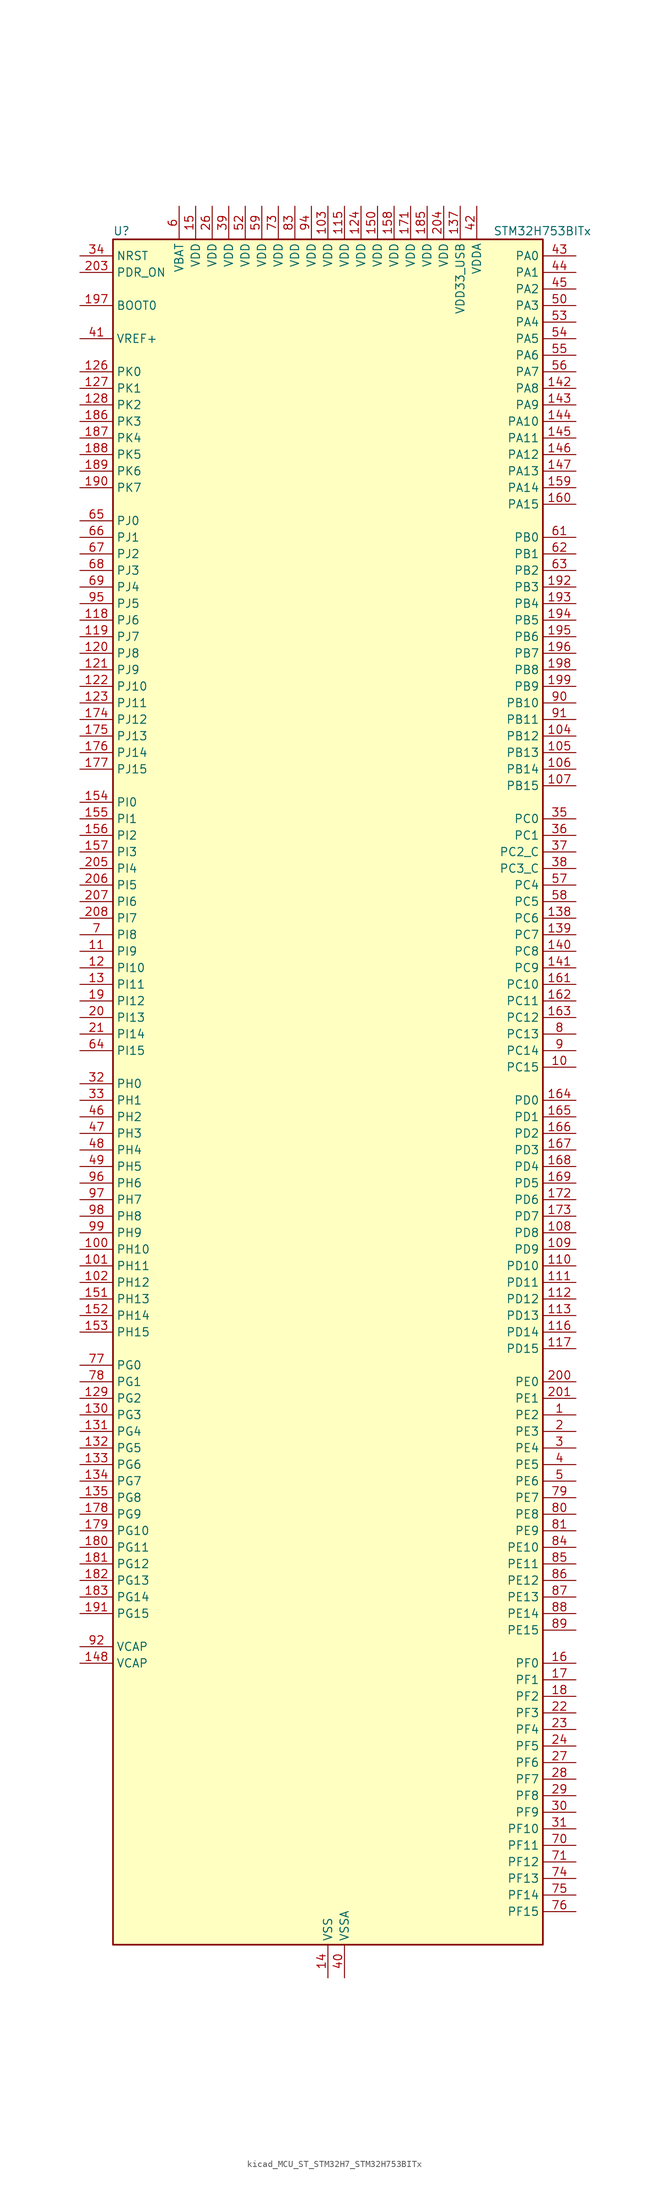
<source format=kicad_sym>
(kicad_symbol_lib
  (version 20220914)
  (generator kicad_symbol_editor)
  (symbol "kicad_MCU_ST_STM32H7_STM32H753BITx"
    (property "Reference" "U"
      (at -33.02 133.35 0)
      (effects (font (size 1.27 1.27)) (justify left)))
    (property "Value" "STM32H753BITx"
      (at 25.4 133.35 0)
      (effects (font (size 1.27 1.27)) (justify left)))
    (property "ki_locked" ""
      (at 0 0 0)
      (effects (font (size 1.27 1.27))))
    (symbol "kicad_MCU_ST_STM32H7_STM32H753BITx_0_1"
      (rectangle (start -33.02 -129.54) (end 33.02 132.08) (stroke (width 0.254) (type default)) (fill (type background))))
    (symbol "kicad_MCU_ST_STM32H7_STM32H753BITx_1_1"
      (pin bidirectional line (at 38.1 -48.26 180) (length 5.08) (name "PE2" (effects (font (size 1.27 1.27)))) (number "1" (effects (font (size 1.27 1.27)))) (alternate "DEBUG_TRACECLK" bidirectional line) (alternate "ETH_TXD3" bidirectional line) (alternate "FMC_A23" bidirectional line) (alternate "QUADSPI_BK1_IO2" bidirectional line) (alternate "SAI1_CK1" bidirectional line) (alternate "SAI1_MCLK_A" bidirectional line) (alternate "SAI4_CK1" bidirectional line) (alternate "SAI4_MCLK_A" bidirectional line) (alternate "SPI4_SCK" bidirectional line))
      (pin bidirectional line (at 38.1 5.08 180) (length 5.08) (name "PC15" (effects (font (size 1.27 1.27)))) (number "10" (effects (font (size 1.27 1.27)))) (alternate "ADC1_EXTI15" bidirectional line) (alternate "ADC2_EXTI15" bidirectional line) (alternate "ADC3_EXTI15" bidirectional line) (alternate "RCC_OSC32_OUT" bidirectional line))
      (pin bidirectional line (at -38.1 -22.86 0) (length 5.08) (name "PH10" (effects (font (size 1.27 1.27)))) (number "100" (effects (font (size 1.27 1.27)))) (alternate "DCMI_D1" bidirectional line) (alternate "FMC_D18" bidirectional line) (alternate "I2C4_SMBA" bidirectional line) (alternate "LTDC_R4" bidirectional line) (alternate "TIM5_CH1" bidirectional line))
      (pin bidirectional line (at -38.1 -25.4 0) (length 5.08) (name "PH11" (effects (font (size 1.27 1.27)))) (number "101" (effects (font (size 1.27 1.27)))) (alternate "ADC1_EXTI11" bidirectional line) (alternate "ADC2_EXTI11" bidirectional line) (alternate "ADC3_EXTI11" bidirectional line) (alternate "DCMI_D2" bidirectional line) (alternate "FMC_D19" bidirectional line) (alternate "I2C4_SCL" bidirectional line) (alternate "LTDC_R5" bidirectional line) (alternate "TIM5_CH2" bidirectional line))
      (pin bidirectional line (at -38.1 -27.94 0) (length 5.08) (name "PH12" (effects (font (size 1.27 1.27)))) (number "102" (effects (font (size 1.27 1.27)))) (alternate "DCMI_D3" bidirectional line) (alternate "FMC_D20" bidirectional line) (alternate "I2C4_SDA" bidirectional line) (alternate "LTDC_R6" bidirectional line) (alternate "TIM5_CH3" bidirectional line))
      (pin power_in line (at 0 137.16 270) (length 5.08) (name "VDD" (effects (font (size 1.27 1.27)))) (number "103" (effects (font (size 1.27 1.27)))))
      (pin bidirectional line (at 38.1 55.88 180) (length 5.08) (name "PB12" (effects (font (size 1.27 1.27)))) (number "104" (effects (font (size 1.27 1.27)))) (alternate "DFSDM1_DATIN1" bidirectional line) (alternate "ETH_TXD0" bidirectional line) (alternate "FDCAN2_RX" bidirectional line) (alternate "I2C2_SMBA" bidirectional line) (alternate "I2S2_WS" bidirectional line) (alternate "SPI2_NSS" bidirectional line) (alternate "TIM1_BKIN" bidirectional line) (alternate "TIM1_BKIN_COMP1" bidirectional line) (alternate "TIM1_BKIN_COMP2" bidirectional line) (alternate "UART5_RX" bidirectional line) (alternate "USART3_CK" bidirectional line) (alternate "USB_OTG_HS_ID" bidirectional line) (alternate "USB_OTG_HS_ULPI_D5" bidirectional line))
      (pin bidirectional line (at 38.1 53.34 180) (length 5.08) (name "PB13" (effects (font (size 1.27 1.27)))) (number "105" (effects (font (size 1.27 1.27)))) (alternate "DFSDM1_CKIN1" bidirectional line) (alternate "ETH_TXD1" bidirectional line) (alternate "FDCAN2_TX" bidirectional line) (alternate "I2S2_CK" bidirectional line) (alternate "LPTIM2_OUT" bidirectional line) (alternate "SPI2_SCK" bidirectional line) (alternate "TIM1_CH1N" bidirectional line) (alternate "UART5_TX" bidirectional line) (alternate "USART3_CTS" bidirectional line) (alternate "USART3_NSS" bidirectional line) (alternate "USB_OTG_HS_ULPI_D6" bidirectional line) (alternate "USB_OTG_HS_VBUS" bidirectional line))
      (pin bidirectional line (at 38.1 50.8 180) (length 5.08) (name "PB14" (effects (font (size 1.27 1.27)))) (number "106" (effects (font (size 1.27 1.27)))) (alternate "DFSDM1_DATIN2" bidirectional line) (alternate "I2S2_SDI" bidirectional line) (alternate "SDMMC2_D0" bidirectional line) (alternate "SPI2_MISO" bidirectional line) (alternate "TIM12_CH1" bidirectional line) (alternate "TIM1_CH2N" bidirectional line) (alternate "TIM8_CH2N" bidirectional line) (alternate "UART4_DE" bidirectional line) (alternate "UART4_RTS" bidirectional line) (alternate "USART1_TX" bidirectional line) (alternate "USART3_DE" bidirectional line) (alternate "USART3_RTS" bidirectional line) (alternate "USB_OTG_HS_DM" bidirectional line))
      (pin bidirectional line (at 38.1 48.26 180) (length 5.08) (name "PB15" (effects (font (size 1.27 1.27)))) (number "107" (effects (font (size 1.27 1.27)))) (alternate "ADC1_EXTI15" bidirectional line) (alternate "ADC2_EXTI15" bidirectional line) (alternate "ADC3_EXTI15" bidirectional line) (alternate "DFSDM1_CKIN2" bidirectional line) (alternate "I2S2_SDO" bidirectional line) (alternate "RTC_REFIN" bidirectional line) (alternate "SDMMC2_D1" bidirectional line) (alternate "SPI2_MOSI" bidirectional line) (alternate "TIM12_CH2" bidirectional line) (alternate "TIM1_CH3N" bidirectional line) (alternate "TIM8_CH3N" bidirectional line) (alternate "UART4_CTS" bidirectional line) (alternate "USART1_RX" bidirectional line) (alternate "USB_OTG_HS_DP" bidirectional line))
      (pin bidirectional line (at 38.1 -20.32 180) (length 5.08) (name "PD8" (effects (font (size 1.27 1.27)))) (number "108" (effects (font (size 1.27 1.27)))) (alternate "DFSDM1_CKIN3" bidirectional line) (alternate "FMC_D13" bidirectional line) (alternate "FMC_DA13" bidirectional line) (alternate "SAI3_SCK_B" bidirectional line) (alternate "SPDIFRX1_IN1" bidirectional line) (alternate "USART3_TX" bidirectional line))
      (pin bidirectional line (at 38.1 -22.86 180) (length 5.08) (name "PD9" (effects (font (size 1.27 1.27)))) (number "109" (effects (font (size 1.27 1.27)))) (alternate "DAC1_EXTI9" bidirectional line) (alternate "DFSDM1_DATIN3" bidirectional line) (alternate "FMC_D14" bidirectional line) (alternate "FMC_DA14" bidirectional line) (alternate "SAI3_SD_B" bidirectional line) (alternate "USART3_RX" bidirectional line))
      (pin bidirectional line (at -38.1 22.86 0) (length 5.08) (name "PI9" (effects (font (size 1.27 1.27)))) (number "11" (effects (font (size 1.27 1.27)))) (alternate "DAC1_EXTI9" bidirectional line) (alternate "FDCAN1_RX" bidirectional line) (alternate "FMC_D30" bidirectional line) (alternate "LTDC_VSYNC" bidirectional line) (alternate "UART4_RX" bidirectional line))
      (pin bidirectional line (at 38.1 -25.4 180) (length 5.08) (name "PD10" (effects (font (size 1.27 1.27)))) (number "110" (effects (font (size 1.27 1.27)))) (alternate "DFSDM1_CKOUT" bidirectional line) (alternate "FMC_D15" bidirectional line) (alternate "FMC_DA15" bidirectional line) (alternate "LTDC_B3" bidirectional line) (alternate "SAI3_FS_B" bidirectional line) (alternate "USART3_CK" bidirectional line))
      (pin bidirectional line (at 38.1 -27.94 180) (length 5.08) (name "PD11" (effects (font (size 1.27 1.27)))) (number "111" (effects (font (size 1.27 1.27)))) (alternate "ADC1_EXTI11" bidirectional line) (alternate "ADC2_EXTI11" bidirectional line) (alternate "ADC3_EXTI11" bidirectional line) (alternate "FMC_A16" bidirectional line) (alternate "FMC_CLE" bidirectional line) (alternate "I2C4_SMBA" bidirectional line) (alternate "LPTIM2_IN2" bidirectional line) (alternate "QUADSPI_BK1_IO0" bidirectional line) (alternate "SAI2_SD_A" bidirectional line) (alternate "USART3_CTS" bidirectional line) (alternate "USART3_NSS" bidirectional line))
      (pin bidirectional line (at 38.1 -30.48 180) (length 5.08) (name "PD12" (effects (font (size 1.27 1.27)))) (number "112" (effects (font (size 1.27 1.27)))) (alternate "FMC_A17" bidirectional line) (alternate "FMC_ALE" bidirectional line) (alternate "I2C4_SCL" bidirectional line) (alternate "LPTIM1_IN1" bidirectional line) (alternate "LPTIM2_IN1" bidirectional line) (alternate "QUADSPI_BK1_IO1" bidirectional line) (alternate "SAI2_FS_A" bidirectional line) (alternate "TIM4_CH1" bidirectional line) (alternate "USART3_DE" bidirectional line) (alternate "USART3_RTS" bidirectional line))
      (pin bidirectional line (at 38.1 -33.02 180) (length 5.08) (name "PD13" (effects (font (size 1.27 1.27)))) (number "113" (effects (font (size 1.27 1.27)))) (alternate "FMC_A18" bidirectional line) (alternate "I2C4_SDA" bidirectional line) (alternate "LPTIM1_OUT" bidirectional line) (alternate "QUADSPI_BK1_IO3" bidirectional line) (alternate "SAI2_SCK_A" bidirectional line) (alternate "TIM4_CH2" bidirectional line))
      (pin passive line (at 0 -134.62 90) (length 5.08) hide (name "VSS" (effects (font (size 1.27 1.27)))) (number "114" (effects (font (size 1.27 1.27)))))
      (pin power_in line (at 2.54 137.16 270) (length 5.08) (name "VDD" (effects (font (size 1.27 1.27)))) (number "115" (effects (font (size 1.27 1.27)))))
      (pin bidirectional line (at 38.1 -35.56 180) (length 5.08) (name "PD14" (effects (font (size 1.27 1.27)))) (number "116" (effects (font (size 1.27 1.27)))) (alternate "FMC_D0" bidirectional line) (alternate "FMC_DA0" bidirectional line) (alternate "SAI3_MCLK_B" bidirectional line) (alternate "TIM4_CH3" bidirectional line) (alternate "UART8_CTS" bidirectional line))
      (pin bidirectional line (at 38.1 -38.1 180) (length 5.08) (name "PD15" (effects (font (size 1.27 1.27)))) (number "117" (effects (font (size 1.27 1.27)))) (alternate "ADC1_EXTI15" bidirectional line) (alternate "ADC2_EXTI15" bidirectional line) (alternate "ADC3_EXTI15" bidirectional line) (alternate "FMC_D1" bidirectional line) (alternate "FMC_DA1" bidirectional line) (alternate "SAI3_MCLK_A" bidirectional line) (alternate "TIM4_CH4" bidirectional line) (alternate "UART8_DE" bidirectional line) (alternate "UART8_RTS" bidirectional line))
      (pin bidirectional line (at -38.1 73.66 0) (length 5.08) (name "PJ6" (effects (font (size 1.27 1.27)))) (number "118" (effects (font (size 1.27 1.27)))) (alternate "LTDC_R7" bidirectional line) (alternate "TIM8_CH2" bidirectional line))
      (pin bidirectional line (at -38.1 71.12 0) (length 5.08) (name "PJ7" (effects (font (size 1.27 1.27)))) (number "119" (effects (font (size 1.27 1.27)))) (alternate "DEBUG_TRGIN" bidirectional line) (alternate "LTDC_G0" bidirectional line) (alternate "TIM8_CH2N" bidirectional line))
      (pin bidirectional line (at -38.1 20.32 0) (length 5.08) (name "PI10" (effects (font (size 1.27 1.27)))) (number "12" (effects (font (size 1.27 1.27)))) (alternate "ETH_RX_ER" bidirectional line) (alternate "FMC_D31" bidirectional line) (alternate "LTDC_HSYNC" bidirectional line))
      (pin bidirectional line (at -38.1 68.58 0) (length 5.08) (name "PJ8" (effects (font (size 1.27 1.27)))) (number "120" (effects (font (size 1.27 1.27)))) (alternate "LTDC_G1" bidirectional line) (alternate "TIM1_CH3N" bidirectional line) (alternate "TIM8_CH1" bidirectional line) (alternate "UART8_TX" bidirectional line))
      (pin bidirectional line (at -38.1 66.04 0) (length 5.08) (name "PJ9" (effects (font (size 1.27 1.27)))) (number "121" (effects (font (size 1.27 1.27)))) (alternate "DAC1_EXTI9" bidirectional line) (alternate "LTDC_G2" bidirectional line) (alternate "TIM1_CH3" bidirectional line) (alternate "TIM8_CH1N" bidirectional line) (alternate "UART8_RX" bidirectional line))
      (pin bidirectional line (at -38.1 63.5 0) (length 5.08) (name "PJ10" (effects (font (size 1.27 1.27)))) (number "122" (effects (font (size 1.27 1.27)))) (alternate "LTDC_G3" bidirectional line) (alternate "SPI5_MOSI" bidirectional line) (alternate "TIM1_CH2N" bidirectional line) (alternate "TIM8_CH2" bidirectional line))
      (pin bidirectional line (at -38.1 60.96 0) (length 5.08) (name "PJ11" (effects (font (size 1.27 1.27)))) (number "123" (effects (font (size 1.27 1.27)))) (alternate "ADC1_EXTI11" bidirectional line) (alternate "ADC2_EXTI11" bidirectional line) (alternate "ADC3_EXTI11" bidirectional line) (alternate "LTDC_G4" bidirectional line) (alternate "SPI5_MISO" bidirectional line) (alternate "TIM1_CH2" bidirectional line) (alternate "TIM8_CH2N" bidirectional line))
      (pin power_in line (at 5.08 137.16 270) (length 5.08) (name "VDD" (effects (font (size 1.27 1.27)))) (number "124" (effects (font (size 1.27 1.27)))))
      (pin passive line (at 0 -134.62 90) (length 5.08) hide (name "VSS" (effects (font (size 1.27 1.27)))) (number "125" (effects (font (size 1.27 1.27)))))
      (pin bidirectional line (at -38.1 111.76 0) (length 5.08) (name "PK0" (effects (font (size 1.27 1.27)))) (number "126" (effects (font (size 1.27 1.27)))) (alternate "LTDC_G5" bidirectional line) (alternate "SPI5_SCK" bidirectional line) (alternate "TIM1_CH1N" bidirectional line) (alternate "TIM8_CH3" bidirectional line))
      (pin bidirectional line (at -38.1 109.22 0) (length 5.08) (name "PK1" (effects (font (size 1.27 1.27)))) (number "127" (effects (font (size 1.27 1.27)))) (alternate "LTDC_G6" bidirectional line) (alternate "SPI5_NSS" bidirectional line) (alternate "TIM1_CH1" bidirectional line) (alternate "TIM8_CH3N" bidirectional line))
      (pin bidirectional line (at -38.1 106.68 0) (length 5.08) (name "PK2" (effects (font (size 1.27 1.27)))) (number "128" (effects (font (size 1.27 1.27)))) (alternate "LTDC_G7" bidirectional line) (alternate "TIM1_BKIN" bidirectional line) (alternate "TIM1_BKIN_COMP1" bidirectional line) (alternate "TIM1_BKIN_COMP2" bidirectional line) (alternate "TIM8_BKIN" bidirectional line) (alternate "TIM8_BKIN_COMP1" bidirectional line) (alternate "TIM8_BKIN_COMP2" bidirectional line))
      (pin bidirectional line (at -38.1 -45.72 0) (length 5.08) (name "PG2" (effects (font (size 1.27 1.27)))) (number "129" (effects (font (size 1.27 1.27)))) (alternate "FMC_A12" bidirectional line) (alternate "TIM8_BKIN" bidirectional line) (alternate "TIM8_BKIN_COMP1" bidirectional line) (alternate "TIM8_BKIN_COMP2" bidirectional line))
      (pin bidirectional line (at -38.1 17.78 0) (length 5.08) (name "PI11" (effects (font (size 1.27 1.27)))) (number "13" (effects (font (size 1.27 1.27)))) (alternate "ADC1_EXTI11" bidirectional line) (alternate "ADC2_EXTI11" bidirectional line) (alternate "ADC3_EXTI11" bidirectional line) (alternate "LTDC_G6" bidirectional line) (alternate "PWR_WKUP4" bidirectional line) (alternate "USB_OTG_HS_ULPI_DIR" bidirectional line))
      (pin bidirectional line (at -38.1 -48.26 0) (length 5.08) (name "PG3" (effects (font (size 1.27 1.27)))) (number "130" (effects (font (size 1.27 1.27)))) (alternate "FMC_A13" bidirectional line) (alternate "TIM8_BKIN2" bidirectional line) (alternate "TIM8_BKIN2_COMP1" bidirectional line) (alternate "TIM8_BKIN2_COMP2" bidirectional line))
      (pin bidirectional line (at -38.1 -50.8 0) (length 5.08) (name "PG4" (effects (font (size 1.27 1.27)))) (number "131" (effects (font (size 1.27 1.27)))) (alternate "FMC_A14" bidirectional line) (alternate "FMC_BA0" bidirectional line) (alternate "TIM1_BKIN2" bidirectional line) (alternate "TIM1_BKIN2_COMP1" bidirectional line) (alternate "TIM1_BKIN2_COMP2" bidirectional line))
      (pin bidirectional line (at -38.1 -53.34 0) (length 5.08) (name "PG5" (effects (font (size 1.27 1.27)))) (number "132" (effects (font (size 1.27 1.27)))) (alternate "FMC_A15" bidirectional line) (alternate "FMC_BA1" bidirectional line) (alternate "TIM1_ETR" bidirectional line))
      (pin bidirectional line (at -38.1 -55.88 0) (length 5.08) (name "PG6" (effects (font (size 1.27 1.27)))) (number "133" (effects (font (size 1.27 1.27)))) (alternate "DCMI_D12" bidirectional line) (alternate "FMC_NE3" bidirectional line) (alternate "HRTIM_CHE1" bidirectional line) (alternate "LTDC_R7" bidirectional line) (alternate "QUADSPI_BK1_NCS" bidirectional line) (alternate "TIM17_BKIN" bidirectional line))
      (pin bidirectional line (at -38.1 -58.42 0) (length 5.08) (name "PG7" (effects (font (size 1.27 1.27)))) (number "134" (effects (font (size 1.27 1.27)))) (alternate "DCMI_D13" bidirectional line) (alternate "FMC_INT" bidirectional line) (alternate "HRTIM_CHE2" bidirectional line) (alternate "LTDC_CLK" bidirectional line) (alternate "SAI1_MCLK_A" bidirectional line) (alternate "USART6_CK" bidirectional line))
      (pin bidirectional line (at -38.1 -60.96 0) (length 5.08) (name "PG8" (effects (font (size 1.27 1.27)))) (number "135" (effects (font (size 1.27 1.27)))) (alternate "ETH_PPS_OUT" bidirectional line) (alternate "FMC_SDCLK" bidirectional line) (alternate "LTDC_G7" bidirectional line) (alternate "SPDIFRX1_IN2" bidirectional line) (alternate "SPI6_NSS" bidirectional line) (alternate "TIM8_ETR" bidirectional line) (alternate "USART6_DE" bidirectional line) (alternate "USART6_RTS" bidirectional line))
      (pin passive line (at 0 -134.62 90) (length 5.08) hide (name "VSS" (effects (font (size 1.27 1.27)))) (number "136" (effects (font (size 1.27 1.27)))))
      (pin power_in line (at 20.32 137.16 270) (length 5.08) (name "VDD33_USB" (effects (font (size 1.27 1.27)))) (number "137" (effects (font (size 1.27 1.27)))))
      (pin bidirectional line (at 38.1 27.94 180) (length 5.08) (name "PC6" (effects (font (size 1.27 1.27)))) (number "138" (effects (font (size 1.27 1.27)))) (alternate "DCMI_D0" bidirectional line) (alternate "DFSDM1_CKIN3" bidirectional line) (alternate "FMC_NWAIT" bidirectional line) (alternate "HRTIM_CHA1" bidirectional line) (alternate "I2S2_MCK" bidirectional line) (alternate "LTDC_HSYNC" bidirectional line) (alternate "SDMMC1_D0DIR" bidirectional line) (alternate "SDMMC1_D6" bidirectional line) (alternate "SDMMC2_D6" bidirectional line) (alternate "SWPMI1_IO" bidirectional line) (alternate "TIM3_CH1" bidirectional line) (alternate "TIM8_CH1" bidirectional line) (alternate "USART6_TX" bidirectional line))
      (pin bidirectional line (at 38.1 25.4 180) (length 5.08) (name "PC7" (effects (font (size 1.27 1.27)))) (number "139" (effects (font (size 1.27 1.27)))) (alternate "DCMI_D1" bidirectional line) (alternate "DEBUG_TRGIO" bidirectional line) (alternate "DFSDM1_DATIN3" bidirectional line) (alternate "FMC_NE1" bidirectional line) (alternate "HRTIM_CHA2" bidirectional line) (alternate "I2S3_MCK" bidirectional line) (alternate "LTDC_G6" bidirectional line) (alternate "SDMMC1_D123DIR" bidirectional line) (alternate "SDMMC1_D7" bidirectional line) (alternate "SDMMC2_D7" bidirectional line) (alternate "SWPMI1_TX" bidirectional line) (alternate "TIM3_CH2" bidirectional line) (alternate "TIM8_CH2" bidirectional line) (alternate "USART6_RX" bidirectional line))
      (pin power_in line (at 0 -134.62 90) (length 5.08) (name "VSS" (effects (font (size 1.27 1.27)))) (number "14" (effects (font (size 1.27 1.27)))))
      (pin bidirectional line (at 38.1 22.86 180) (length 5.08) (name "PC8" (effects (font (size 1.27 1.27)))) (number "140" (effects (font (size 1.27 1.27)))) (alternate "DCMI_D2" bidirectional line) (alternate "DEBUG_TRACED1" bidirectional line) (alternate "FMC_NCE" bidirectional line) (alternate "FMC_NE2" bidirectional line) (alternate "HRTIM_CHB1" bidirectional line) (alternate "SDMMC1_D0" bidirectional line) (alternate "SWPMI1_RX" bidirectional line) (alternate "TIM3_CH3" bidirectional line) (alternate "TIM8_CH3" bidirectional line) (alternate "UART5_DE" bidirectional line) (alternate "UART5_RTS" bidirectional line) (alternate "USART6_CK" bidirectional line))
      (pin bidirectional line (at 38.1 20.32 180) (length 5.08) (name "PC9" (effects (font (size 1.27 1.27)))) (number "141" (effects (font (size 1.27 1.27)))) (alternate "DAC1_EXTI9" bidirectional line) (alternate "DCMI_D3" bidirectional line) (alternate "I2C3_SDA" bidirectional line) (alternate "I2S_CKIN" bidirectional line) (alternate "LTDC_B2" bidirectional line) (alternate "LTDC_G3" bidirectional line) (alternate "QUADSPI_BK1_IO0" bidirectional line) (alternate "RCC_MCO_2" bidirectional line) (alternate "SDMMC1_D1" bidirectional line) (alternate "SWPMI1_SUSPEND" bidirectional line) (alternate "TIM3_CH4" bidirectional line) (alternate "TIM8_CH4" bidirectional line) (alternate "UART5_CTS" bidirectional line))
      (pin bidirectional line (at 38.1 109.22 180) (length 5.08) (name "PA8" (effects (font (size 1.27 1.27)))) (number "142" (effects (font (size 1.27 1.27)))) (alternate "HRTIM_CHB2" bidirectional line) (alternate "I2C3_SCL" bidirectional line) (alternate "LTDC_B3" bidirectional line) (alternate "LTDC_R6" bidirectional line) (alternate "RCC_MCO_1" bidirectional line) (alternate "TIM1_CH1" bidirectional line) (alternate "TIM8_BKIN2" bidirectional line) (alternate "TIM8_BKIN2_COMP1" bidirectional line) (alternate "TIM8_BKIN2_COMP2" bidirectional line) (alternate "UART7_RX" bidirectional line) (alternate "USART1_CK" bidirectional line) (alternate "USB_OTG_FS_SOF" bidirectional line))
      (pin bidirectional line (at 38.1 106.68 180) (length 5.08) (name "PA9" (effects (font (size 1.27 1.27)))) (number "143" (effects (font (size 1.27 1.27)))) (alternate "DAC1_EXTI9" bidirectional line) (alternate "DCMI_D0" bidirectional line) (alternate "HRTIM_CHC1" bidirectional line) (alternate "I2C3_SMBA" bidirectional line) (alternate "I2S2_CK" bidirectional line) (alternate "LPUART1_TX" bidirectional line) (alternate "LTDC_R5" bidirectional line) (alternate "SPI2_SCK" bidirectional line) (alternate "TIM1_CH2" bidirectional line) (alternate "USART1_TX" bidirectional line) (alternate "USB_OTG_FS_VBUS" bidirectional line))
      (pin bidirectional line (at 38.1 104.14 180) (length 5.08) (name "PA10" (effects (font (size 1.27 1.27)))) (number "144" (effects (font (size 1.27 1.27)))) (alternate "DCMI_D1" bidirectional line) (alternate "HRTIM_CHC2" bidirectional line) (alternate "LPUART1_RX" bidirectional line) (alternate "LTDC_B1" bidirectional line) (alternate "LTDC_B4" bidirectional line) (alternate "MDIOS_MDIO" bidirectional line) (alternate "TIM1_CH3" bidirectional line) (alternate "USART1_RX" bidirectional line) (alternate "USB_OTG_FS_ID" bidirectional line))
      (pin bidirectional line (at 38.1 101.6 180) (length 5.08) (name "PA11" (effects (font (size 1.27 1.27)))) (number "145" (effects (font (size 1.27 1.27)))) (alternate "ADC1_EXTI11" bidirectional line) (alternate "ADC2_EXTI11" bidirectional line) (alternate "ADC3_EXTI11" bidirectional line) (alternate "FDCAN1_RX" bidirectional line) (alternate "HRTIM_CHD1" bidirectional line) (alternate "I2S2_WS" bidirectional line) (alternate "LPUART1_CTS" bidirectional line) (alternate "LTDC_R4" bidirectional line) (alternate "SPI2_NSS" bidirectional line) (alternate "TIM1_CH4" bidirectional line) (alternate "UART4_RX" bidirectional line) (alternate "USART1_CTS" bidirectional line) (alternate "USART1_NSS" bidirectional line) (alternate "USB_OTG_FS_DM" bidirectional line))
      (pin bidirectional line (at 38.1 99.06 180) (length 5.08) (name "PA12" (effects (font (size 1.27 1.27)))) (number "146" (effects (font (size 1.27 1.27)))) (alternate "FDCAN1_TX" bidirectional line) (alternate "HRTIM_CHD2" bidirectional line) (alternate "I2S2_CK" bidirectional line) (alternate "LPUART1_DE" bidirectional line) (alternate "LPUART1_RTS" bidirectional line) (alternate "LTDC_R5" bidirectional line) (alternate "SAI2_FS_B" bidirectional line) (alternate "SPI2_SCK" bidirectional line) (alternate "TIM1_ETR" bidirectional line) (alternate "UART4_TX" bidirectional line) (alternate "USART1_DE" bidirectional line) (alternate "USART1_RTS" bidirectional line) (alternate "USB_OTG_FS_DP" bidirectional line))
      (pin bidirectional line (at 38.1 96.52 180) (length 5.08) (name "PA13" (effects (font (size 1.27 1.27)))) (number "147" (effects (font (size 1.27 1.27)))) (alternate "DEBUG_JTMS-SWDIO" bidirectional line))
      (pin power_out line (at -38.1 -86.36 0) (length 5.08) (name "VCAP" (effects (font (size 1.27 1.27)))) (number "148" (effects (font (size 1.27 1.27)))))
      (pin passive line (at 0 -134.62 90) (length 5.08) hide (name "VSS" (effects (font (size 1.27 1.27)))) (number "149" (effects (font (size 1.27 1.27)))))
      (pin power_in line (at -20.32 137.16 270) (length 5.08) (name "VDD" (effects (font (size 1.27 1.27)))) (number "15" (effects (font (size 1.27 1.27)))))
      (pin power_in line (at 7.62 137.16 270) (length 5.08) (name "VDD" (effects (font (size 1.27 1.27)))) (number "150" (effects (font (size 1.27 1.27)))))
      (pin bidirectional line (at -38.1 -30.48 0) (length 5.08) (name "PH13" (effects (font (size 1.27 1.27)))) (number "151" (effects (font (size 1.27 1.27)))) (alternate "FDCAN1_TX" bidirectional line) (alternate "FMC_D21" bidirectional line) (alternate "LTDC_G2" bidirectional line) (alternate "TIM8_CH1N" bidirectional line) (alternate "UART4_TX" bidirectional line))
      (pin bidirectional line (at -38.1 -33.02 0) (length 5.08) (name "PH14" (effects (font (size 1.27 1.27)))) (number "152" (effects (font (size 1.27 1.27)))) (alternate "DCMI_D4" bidirectional line) (alternate "FDCAN1_RX" bidirectional line) (alternate "FMC_D22" bidirectional line) (alternate "LTDC_G3" bidirectional line) (alternate "TIM8_CH2N" bidirectional line) (alternate "UART4_RX" bidirectional line))
      (pin bidirectional line (at -38.1 -35.56 0) (length 5.08) (name "PH15" (effects (font (size 1.27 1.27)))) (number "153" (effects (font (size 1.27 1.27)))) (alternate "ADC1_EXTI15" bidirectional line) (alternate "ADC2_EXTI15" bidirectional line) (alternate "ADC3_EXTI15" bidirectional line) (alternate "DCMI_D11" bidirectional line) (alternate "FMC_D23" bidirectional line) (alternate "LTDC_G4" bidirectional line) (alternate "TIM8_CH3N" bidirectional line))
      (pin bidirectional line (at -38.1 45.72 0) (length 5.08) (name "PI0" (effects (font (size 1.27 1.27)))) (number "154" (effects (font (size 1.27 1.27)))) (alternate "DCMI_D13" bidirectional line) (alternate "FMC_D24" bidirectional line) (alternate "I2S2_WS" bidirectional line) (alternate "LTDC_G5" bidirectional line) (alternate "SPI2_NSS" bidirectional line) (alternate "TIM5_CH4" bidirectional line))
      (pin bidirectional line (at -38.1 43.18 0) (length 5.08) (name "PI1" (effects (font (size 1.27 1.27)))) (number "155" (effects (font (size 1.27 1.27)))) (alternate "DCMI_D8" bidirectional line) (alternate "FMC_D25" bidirectional line) (alternate "I2S2_CK" bidirectional line) (alternate "LTDC_G6" bidirectional line) (alternate "SPI2_SCK" bidirectional line) (alternate "TIM8_BKIN2" bidirectional line) (alternate "TIM8_BKIN2_COMP1" bidirectional line) (alternate "TIM8_BKIN2_COMP2" bidirectional line))
      (pin bidirectional line (at -38.1 40.64 0) (length 5.08) (name "PI2" (effects (font (size 1.27 1.27)))) (number "156" (effects (font (size 1.27 1.27)))) (alternate "DCMI_D9" bidirectional line) (alternate "FMC_D26" bidirectional line) (alternate "I2S2_SDI" bidirectional line) (alternate "LTDC_G7" bidirectional line) (alternate "SPI2_MISO" bidirectional line) (alternate "TIM8_CH4" bidirectional line))
      (pin bidirectional line (at -38.1 38.1 0) (length 5.08) (name "PI3" (effects (font (size 1.27 1.27)))) (number "157" (effects (font (size 1.27 1.27)))) (alternate "DCMI_D10" bidirectional line) (alternate "FMC_D27" bidirectional line) (alternate "I2S2_SDO" bidirectional line) (alternate "SPI2_MOSI" bidirectional line) (alternate "TIM8_ETR" bidirectional line))
      (pin power_in line (at 10.16 137.16 270) (length 5.08) (name "VDD" (effects (font (size 1.27 1.27)))) (number "158" (effects (font (size 1.27 1.27)))))
      (pin bidirectional line (at 38.1 93.98 180) (length 5.08) (name "PA14" (effects (font (size 1.27 1.27)))) (number "159" (effects (font (size 1.27 1.27)))) (alternate "DEBUG_JTCK-SWCLK" bidirectional line))
      (pin bidirectional line (at 38.1 -86.36 180) (length 5.08) (name "PF0" (effects (font (size 1.27 1.27)))) (number "16" (effects (font (size 1.27 1.27)))) (alternate "FMC_A0" bidirectional line) (alternate "I2C2_SDA" bidirectional line))
      (pin bidirectional line (at 38.1 91.44 180) (length 5.08) (name "PA15" (effects (font (size 1.27 1.27)))) (number "160" (effects (font (size 1.27 1.27)))) (alternate "ADC1_EXTI15" bidirectional line) (alternate "ADC2_EXTI15" bidirectional line) (alternate "ADC3_EXTI15" bidirectional line) (alternate "CEC" bidirectional line) (alternate "DEBUG_JTDI" bidirectional line) (alternate "HRTIM_FLT1" bidirectional line) (alternate "I2S1_WS" bidirectional line) (alternate "I2S3_WS" bidirectional line) (alternate "SPI1_NSS" bidirectional line) (alternate "SPI3_NSS" bidirectional line) (alternate "SPI6_NSS" bidirectional line) (alternate "TIM2_CH1" bidirectional line) (alternate "TIM2_ETR" bidirectional line) (alternate "UART4_DE" bidirectional line) (alternate "UART4_RTS" bidirectional line) (alternate "UART7_TX" bidirectional line))
      (pin bidirectional line (at 38.1 17.78 180) (length 5.08) (name "PC10" (effects (font (size 1.27 1.27)))) (number "161" (effects (font (size 1.27 1.27)))) (alternate "DCMI_D8" bidirectional line) (alternate "DFSDM1_CKIN5" bidirectional line) (alternate "HRTIM_EEV1" bidirectional line) (alternate "I2S3_CK" bidirectional line) (alternate "LTDC_R2" bidirectional line) (alternate "QUADSPI_BK1_IO1" bidirectional line) (alternate "SDMMC1_D2" bidirectional line) (alternate "SPI3_SCK" bidirectional line) (alternate "UART4_TX" bidirectional line) (alternate "USART3_TX" bidirectional line))
      (pin bidirectional line (at 38.1 15.24 180) (length 5.08) (name "PC11" (effects (font (size 1.27 1.27)))) (number "162" (effects (font (size 1.27 1.27)))) (alternate "ADC1_EXTI11" bidirectional line) (alternate "ADC2_EXTI11" bidirectional line) (alternate "ADC3_EXTI11" bidirectional line) (alternate "DCMI_D4" bidirectional line) (alternate "DFSDM1_DATIN5" bidirectional line) (alternate "HRTIM_FLT2" bidirectional line) (alternate "I2S3_SDI" bidirectional line) (alternate "QUADSPI_BK2_NCS" bidirectional line) (alternate "SDMMC1_D3" bidirectional line) (alternate "SPI3_MISO" bidirectional line) (alternate "UART4_RX" bidirectional line) (alternate "USART3_RX" bidirectional line))
      (pin bidirectional line (at 38.1 12.7 180) (length 5.08) (name "PC12" (effects (font (size 1.27 1.27)))) (number "163" (effects (font (size 1.27 1.27)))) (alternate "DCMI_D9" bidirectional line) (alternate "DEBUG_TRACED3" bidirectional line) (alternate "HRTIM_EEV2" bidirectional line) (alternate "I2S3_SDO" bidirectional line) (alternate "SDMMC1_CK" bidirectional line) (alternate "SPI3_MOSI" bidirectional line) (alternate "UART5_TX" bidirectional line) (alternate "USART3_CK" bidirectional line))
      (pin bidirectional line (at 38.1 0 180) (length 5.08) (name "PD0" (effects (font (size 1.27 1.27)))) (number "164" (effects (font (size 1.27 1.27)))) (alternate "DFSDM1_CKIN6" bidirectional line) (alternate "FDCAN1_RX" bidirectional line) (alternate "FMC_D2" bidirectional line) (alternate "FMC_DA2" bidirectional line) (alternate "SAI3_SCK_A" bidirectional line) (alternate "UART4_RX" bidirectional line))
      (pin bidirectional line (at 38.1 -2.54 180) (length 5.08) (name "PD1" (effects (font (size 1.27 1.27)))) (number "165" (effects (font (size 1.27 1.27)))) (alternate "DFSDM1_DATIN6" bidirectional line) (alternate "FDCAN1_TX" bidirectional line) (alternate "FMC_D3" bidirectional line) (alternate "FMC_DA3" bidirectional line) (alternate "SAI3_SD_A" bidirectional line) (alternate "UART4_TX" bidirectional line))
      (pin bidirectional line (at 38.1 -5.08 180) (length 5.08) (name "PD2" (effects (font (size 1.27 1.27)))) (number "166" (effects (font (size 1.27 1.27)))) (alternate "DCMI_D11" bidirectional line) (alternate "DEBUG_TRACED2" bidirectional line) (alternate "SDMMC1_CMD" bidirectional line) (alternate "TIM3_ETR" bidirectional line) (alternate "UART5_RX" bidirectional line))
      (pin bidirectional line (at 38.1 -7.62 180) (length 5.08) (name "PD3" (effects (font (size 1.27 1.27)))) (number "167" (effects (font (size 1.27 1.27)))) (alternate "DCMI_D5" bidirectional line) (alternate "DFSDM1_CKOUT" bidirectional line) (alternate "FMC_CLK" bidirectional line) (alternate "I2S2_CK" bidirectional line) (alternate "LTDC_G7" bidirectional line) (alternate "SPI2_SCK" bidirectional line) (alternate "USART2_CTS" bidirectional line) (alternate "USART2_NSS" bidirectional line))
      (pin bidirectional line (at 38.1 -10.16 180) (length 5.08) (name "PD4" (effects (font (size 1.27 1.27)))) (number "168" (effects (font (size 1.27 1.27)))) (alternate "FMC_NOE" bidirectional line) (alternate "HRTIM_FLT3" bidirectional line) (alternate "SAI3_FS_A" bidirectional line) (alternate "USART2_DE" bidirectional line) (alternate "USART2_RTS" bidirectional line))
      (pin bidirectional line (at 38.1 -12.7 180) (length 5.08) (name "PD5" (effects (font (size 1.27 1.27)))) (number "169" (effects (font (size 1.27 1.27)))) (alternate "FMC_NWE" bidirectional line) (alternate "HRTIM_EEV3" bidirectional line) (alternate "USART2_TX" bidirectional line))
      (pin bidirectional line (at 38.1 -88.9 180) (length 5.08) (name "PF1" (effects (font (size 1.27 1.27)))) (number "17" (effects (font (size 1.27 1.27)))) (alternate "FMC_A1" bidirectional line) (alternate "I2C2_SCL" bidirectional line))
      (pin passive line (at 0 -134.62 90) (length 5.08) hide (name "VSS" (effects (font (size 1.27 1.27)))) (number "170" (effects (font (size 1.27 1.27)))))
      (pin power_in line (at 12.7 137.16 270) (length 5.08) (name "VDD" (effects (font (size 1.27 1.27)))) (number "171" (effects (font (size 1.27 1.27)))))
      (pin bidirectional line (at 38.1 -15.24 180) (length 5.08) (name "PD6" (effects (font (size 1.27 1.27)))) (number "172" (effects (font (size 1.27 1.27)))) (alternate "DCMI_D10" bidirectional line) (alternate "DFSDM1_CKIN4" bidirectional line) (alternate "DFSDM1_DATIN1" bidirectional line) (alternate "FMC_NWAIT" bidirectional line) (alternate "I2S3_SDO" bidirectional line) (alternate "LTDC_B2" bidirectional line) (alternate "SAI1_D1" bidirectional line) (alternate "SAI1_SD_A" bidirectional line) (alternate "SAI4_D1" bidirectional line) (alternate "SAI4_SD_A" bidirectional line) (alternate "SDMMC2_CK" bidirectional line) (alternate "SPI3_MOSI" bidirectional line) (alternate "USART2_RX" bidirectional line))
      (pin bidirectional line (at 38.1 -17.78 180) (length 5.08) (name "PD7" (effects (font (size 1.27 1.27)))) (number "173" (effects (font (size 1.27 1.27)))) (alternate "DFSDM1_CKIN1" bidirectional line) (alternate "DFSDM1_DATIN4" bidirectional line) (alternate "FMC_NE1" bidirectional line) (alternate "I2S1_SDO" bidirectional line) (alternate "SDMMC2_CMD" bidirectional line) (alternate "SPDIFRX1_IN0" bidirectional line) (alternate "SPI1_MOSI" bidirectional line) (alternate "USART2_CK" bidirectional line))
      (pin bidirectional line (at -38.1 58.42 0) (length 5.08) (name "PJ12" (effects (font (size 1.27 1.27)))) (number "174" (effects (font (size 1.27 1.27)))) (alternate "DEBUG_TRGOUT" bidirectional line) (alternate "LTDC_B0" bidirectional line) (alternate "LTDC_G3" bidirectional line))
      (pin bidirectional line (at -38.1 55.88 0) (length 5.08) (name "PJ13" (effects (font (size 1.27 1.27)))) (number "175" (effects (font (size 1.27 1.27)))) (alternate "LTDC_B1" bidirectional line) (alternate "LTDC_B4" bidirectional line))
      (pin bidirectional line (at -38.1 53.34 0) (length 5.08) (name "PJ14" (effects (font (size 1.27 1.27)))) (number "176" (effects (font (size 1.27 1.27)))) (alternate "LTDC_B2" bidirectional line))
      (pin bidirectional line (at -38.1 50.8 0) (length 5.08) (name "PJ15" (effects (font (size 1.27 1.27)))) (number "177" (effects (font (size 1.27 1.27)))) (alternate "ADC1_EXTI15" bidirectional line) (alternate "ADC2_EXTI15" bidirectional line) (alternate "ADC3_EXTI15" bidirectional line) (alternate "LTDC_B3" bidirectional line))
      (pin bidirectional line (at -38.1 -63.5 0) (length 5.08) (name "PG9" (effects (font (size 1.27 1.27)))) (number "178" (effects (font (size 1.27 1.27)))) (alternate "DAC1_EXTI9" bidirectional line) (alternate "DCMI_VSYNC" bidirectional line) (alternate "FMC_NCE" bidirectional line) (alternate "FMC_NE2" bidirectional line) (alternate "I2S1_SDI" bidirectional line) (alternate "QUADSPI_BK2_IO2" bidirectional line) (alternate "SAI2_FS_B" bidirectional line) (alternate "SPDIFRX1_IN3" bidirectional line) (alternate "SPI1_MISO" bidirectional line) (alternate "USART6_RX" bidirectional line))
      (pin bidirectional line (at -38.1 -66.04 0) (length 5.08) (name "PG10" (effects (font (size 1.27 1.27)))) (number "179" (effects (font (size 1.27 1.27)))) (alternate "DCMI_D2" bidirectional line) (alternate "FMC_NE3" bidirectional line) (alternate "HRTIM_FLT5" bidirectional line) (alternate "I2S1_WS" bidirectional line) (alternate "LTDC_B2" bidirectional line) (alternate "LTDC_G3" bidirectional line) (alternate "SAI2_SD_B" bidirectional line) (alternate "SPI1_NSS" bidirectional line))
      (pin bidirectional line (at 38.1 -91.44 180) (length 5.08) (name "PF2" (effects (font (size 1.27 1.27)))) (number "18" (effects (font (size 1.27 1.27)))) (alternate "FMC_A2" bidirectional line) (alternate "I2C2_SMBA" bidirectional line))
      (pin bidirectional line (at -38.1 -68.58 0) (length 5.08) (name "PG11" (effects (font (size 1.27 1.27)))) (number "180" (effects (font (size 1.27 1.27)))) (alternate "ADC1_EXTI11" bidirectional line) (alternate "ADC2_EXTI11" bidirectional line) (alternate "ADC3_EXTI11" bidirectional line) (alternate "DCMI_D3" bidirectional line) (alternate "ETH_TX_EN" bidirectional line) (alternate "HRTIM_EEV4" bidirectional line) (alternate "I2S1_CK" bidirectional line) (alternate "LPTIM1_IN2" bidirectional line) (alternate "LTDC_B3" bidirectional line) (alternate "SDMMC2_D2" bidirectional line) (alternate "SPDIFRX1_IN0" bidirectional line) (alternate "SPI1_SCK" bidirectional line))
      (pin bidirectional line (at -38.1 -71.12 0) (length 5.08) (name "PG12" (effects (font (size 1.27 1.27)))) (number "181" (effects (font (size 1.27 1.27)))) (alternate "ETH_TXD1" bidirectional line) (alternate "FMC_NE4" bidirectional line) (alternate "HRTIM_EEV5" bidirectional line) (alternate "LPTIM1_IN1" bidirectional line) (alternate "LTDC_B1" bidirectional line) (alternate "LTDC_B4" bidirectional line) (alternate "SPDIFRX1_IN1" bidirectional line) (alternate "SPI6_MISO" bidirectional line) (alternate "USART6_DE" bidirectional line) (alternate "USART6_RTS" bidirectional line))
      (pin bidirectional line (at -38.1 -73.66 0) (length 5.08) (name "PG13" (effects (font (size 1.27 1.27)))) (number "182" (effects (font (size 1.27 1.27)))) (alternate "DEBUG_TRACED0" bidirectional line) (alternate "ETH_TXD0" bidirectional line) (alternate "FMC_A24" bidirectional line) (alternate "HRTIM_EEV10" bidirectional line) (alternate "LPTIM1_OUT" bidirectional line) (alternate "LTDC_R0" bidirectional line) (alternate "SPI6_SCK" bidirectional line) (alternate "USART6_CTS" bidirectional line) (alternate "USART6_NSS" bidirectional line))
      (pin bidirectional line (at -38.1 -76.2 0) (length 5.08) (name "PG14" (effects (font (size 1.27 1.27)))) (number "183" (effects (font (size 1.27 1.27)))) (alternate "DEBUG_TRACED1" bidirectional line) (alternate "ETH_TXD1" bidirectional line) (alternate "FMC_A25" bidirectional line) (alternate "LPTIM1_ETR" bidirectional line) (alternate "LTDC_B0" bidirectional line) (alternate "QUADSPI_BK2_IO3" bidirectional line) (alternate "SPI6_MOSI" bidirectional line) (alternate "USART6_TX" bidirectional line))
      (pin passive line (at 0 -134.62 90) (length 5.08) hide (name "VSS" (effects (font (size 1.27 1.27)))) (number "184" (effects (font (size 1.27 1.27)))))
      (pin power_in line (at 15.24 137.16 270) (length 5.08) (name "VDD" (effects (font (size 1.27 1.27)))) (number "185" (effects (font (size 1.27 1.27)))))
      (pin bidirectional line (at -38.1 104.14 0) (length 5.08) (name "PK3" (effects (font (size 1.27 1.27)))) (number "186" (effects (font (size 1.27 1.27)))) (alternate "LTDC_B4" bidirectional line))
      (pin bidirectional line (at -38.1 101.6 0) (length 5.08) (name "PK4" (effects (font (size 1.27 1.27)))) (number "187" (effects (font (size 1.27 1.27)))) (alternate "LTDC_B5" bidirectional line))
      (pin bidirectional line (at -38.1 99.06 0) (length 5.08) (name "PK5" (effects (font (size 1.27 1.27)))) (number "188" (effects (font (size 1.27 1.27)))) (alternate "LTDC_B6" bidirectional line))
      (pin bidirectional line (at -38.1 96.52 0) (length 5.08) (name "PK6" (effects (font (size 1.27 1.27)))) (number "189" (effects (font (size 1.27 1.27)))) (alternate "LTDC_B7" bidirectional line))
      (pin bidirectional line (at -38.1 15.24 0) (length 5.08) (name "PI12" (effects (font (size 1.27 1.27)))) (number "19" (effects (font (size 1.27 1.27)))) (alternate "LTDC_HSYNC" bidirectional line))
      (pin bidirectional line (at -38.1 93.98 0) (length 5.08) (name "PK7" (effects (font (size 1.27 1.27)))) (number "190" (effects (font (size 1.27 1.27)))) (alternate "LTDC_DE" bidirectional line))
      (pin bidirectional line (at -38.1 -78.74 0) (length 5.08) (name "PG15" (effects (font (size 1.27 1.27)))) (number "191" (effects (font (size 1.27 1.27)))) (alternate "ADC1_EXTI15" bidirectional line) (alternate "ADC2_EXTI15" bidirectional line) (alternate "ADC3_EXTI15" bidirectional line) (alternate "DCMI_D13" bidirectional line) (alternate "FMC_SDNCAS" bidirectional line) (alternate "USART6_CTS" bidirectional line) (alternate "USART6_NSS" bidirectional line))
      (pin bidirectional line (at 38.1 78.74 180) (length 5.08) (name "PB3" (effects (font (size 1.27 1.27)))) (number "192" (effects (font (size 1.27 1.27)))) (alternate "CRS_SYNC" bidirectional line) (alternate "DEBUG_JTDO-SWO" bidirectional line) (alternate "HRTIM_FLT4" bidirectional line) (alternate "I2S1_CK" bidirectional line) (alternate "I2S3_CK" bidirectional line) (alternate "SDMMC2_D2" bidirectional line) (alternate "SPI1_SCK" bidirectional line) (alternate "SPI3_SCK" bidirectional line) (alternate "SPI6_SCK" bidirectional line) (alternate "TIM2_CH2" bidirectional line) (alternate "UART7_RX" bidirectional line))
      (pin bidirectional line (at 38.1 76.2 180) (length 5.08) (name "PB4" (effects (font (size 1.27 1.27)))) (number "193" (effects (font (size 1.27 1.27)))) (alternate "DEBUG_JTRST" bidirectional line) (alternate "HRTIM_EEV6" bidirectional line) (alternate "I2S1_SDI" bidirectional line) (alternate "I2S2_WS" bidirectional line) (alternate "I2S3_SDI" bidirectional line) (alternate "SDMMC2_D3" bidirectional line) (alternate "SPI1_MISO" bidirectional line) (alternate "SPI2_NSS" bidirectional line) (alternate "SPI3_MISO" bidirectional line) (alternate "SPI6_MISO" bidirectional line) (alternate "TIM16_BKIN" bidirectional line) (alternate "TIM3_CH1" bidirectional line) (alternate "UART7_TX" bidirectional line))
      (pin bidirectional line (at 38.1 73.66 180) (length 5.08) (name "PB5" (effects (font (size 1.27 1.27)))) (number "194" (effects (font (size 1.27 1.27)))) (alternate "DCMI_D10" bidirectional line) (alternate "ETH_PPS_OUT" bidirectional line) (alternate "FDCAN2_RX" bidirectional line) (alternate "FMC_SDCKE1" bidirectional line) (alternate "HRTIM_EEV7" bidirectional line) (alternate "I2C1_SMBA" bidirectional line) (alternate "I2C4_SMBA" bidirectional line) (alternate "I2S1_SDO" bidirectional line) (alternate "I2S3_SDO" bidirectional line) (alternate "SPI1_MOSI" bidirectional line) (alternate "SPI3_MOSI" bidirectional line) (alternate "SPI6_MOSI" bidirectional line) (alternate "TIM17_BKIN" bidirectional line) (alternate "TIM3_CH2" bidirectional line) (alternate "UART5_RX" bidirectional line) (alternate "USB_OTG_HS_ULPI_D7" bidirectional line))
      (pin bidirectional line (at 38.1 71.12 180) (length 5.08) (name "PB6" (effects (font (size 1.27 1.27)))) (number "195" (effects (font (size 1.27 1.27)))) (alternate "CEC" bidirectional line) (alternate "DCMI_D5" bidirectional line) (alternate "DFSDM1_DATIN5" bidirectional line) (alternate "FDCAN2_TX" bidirectional line) (alternate "FMC_SDNE1" bidirectional line) (alternate "HRTIM_EEV8" bidirectional line) (alternate "I2C1_SCL" bidirectional line) (alternate "I2C4_SCL" bidirectional line) (alternate "LPUART1_TX" bidirectional line) (alternate "QUADSPI_BK1_NCS" bidirectional line) (alternate "TIM16_CH1N" bidirectional line) (alternate "TIM4_CH1" bidirectional line) (alternate "UART5_TX" bidirectional line) (alternate "USART1_TX" bidirectional line))
      (pin bidirectional line (at 38.1 68.58 180) (length 5.08) (name "PB7" (effects (font (size 1.27 1.27)))) (number "196" (effects (font (size 1.27 1.27)))) (alternate "DCMI_VSYNC" bidirectional line) (alternate "DFSDM1_CKIN5" bidirectional line) (alternate "FMC_NL" bidirectional line) (alternate "HRTIM_EEV9" bidirectional line) (alternate "I2C1_SDA" bidirectional line) (alternate "I2C4_SDA" bidirectional line) (alternate "LPUART1_RX" bidirectional line) (alternate "PWR_PVD_IN" bidirectional line) (alternate "TIM17_CH1N" bidirectional line) (alternate "TIM4_CH2" bidirectional line) (alternate "USART1_RX" bidirectional line))
      (pin input line (at -38.1 121.92 0) (length 5.08) (name "BOOT0" (effects (font (size 1.27 1.27)))) (number "197" (effects (font (size 1.27 1.27)))))
      (pin bidirectional line (at 38.1 66.04 180) (length 5.08) (name "PB8" (effects (font (size 1.27 1.27)))) (number "198" (effects (font (size 1.27 1.27)))) (alternate "DCMI_D6" bidirectional line) (alternate "DFSDM1_CKIN7" bidirectional line) (alternate "ETH_TXD3" bidirectional line) (alternate "FDCAN1_RX" bidirectional line) (alternate "I2C1_SCL" bidirectional line) (alternate "I2C4_SCL" bidirectional line) (alternate "LTDC_B6" bidirectional line) (alternate "SDMMC1_CKIN" bidirectional line) (alternate "SDMMC1_D4" bidirectional line) (alternate "SDMMC2_D4" bidirectional line) (alternate "TIM16_CH1" bidirectional line) (alternate "TIM4_CH3" bidirectional line) (alternate "UART4_RX" bidirectional line))
      (pin bidirectional line (at 38.1 63.5 180) (length 5.08) (name "PB9" (effects (font (size 1.27 1.27)))) (number "199" (effects (font (size 1.27 1.27)))) (alternate "DAC1_EXTI9" bidirectional line) (alternate "DCMI_D7" bidirectional line) (alternate "DFSDM1_DATIN7" bidirectional line) (alternate "FDCAN1_TX" bidirectional line) (alternate "I2C1_SDA" bidirectional line) (alternate "I2C4_SDA" bidirectional line) (alternate "I2C4_SMBA" bidirectional line) (alternate "I2S2_WS" bidirectional line) (alternate "LTDC_B7" bidirectional line) (alternate "SDMMC1_CDIR" bidirectional line) (alternate "SDMMC1_D5" bidirectional line) (alternate "SDMMC2_D5" bidirectional line) (alternate "SPI2_NSS" bidirectional line) (alternate "TIM17_CH1" bidirectional line) (alternate "TIM4_CH4" bidirectional line) (alternate "UART4_TX" bidirectional line))
      (pin bidirectional line (at 38.1 -50.8 180) (length 5.08) (name "PE3" (effects (font (size 1.27 1.27)))) (number "2" (effects (font (size 1.27 1.27)))) (alternate "DEBUG_TRACED0" bidirectional line) (alternate "FMC_A19" bidirectional line) (alternate "SAI1_SD_B" bidirectional line) (alternate "SAI4_SD_B" bidirectional line) (alternate "TIM15_BKIN" bidirectional line))
      (pin bidirectional line (at -38.1 12.7 0) (length 5.08) (name "PI13" (effects (font (size 1.27 1.27)))) (number "20" (effects (font (size 1.27 1.27)))) (alternate "LTDC_VSYNC" bidirectional line))
      (pin bidirectional line (at 38.1 -43.18 180) (length 5.08) (name "PE0" (effects (font (size 1.27 1.27)))) (number "200" (effects (font (size 1.27 1.27)))) (alternate "DCMI_D2" bidirectional line) (alternate "FMC_NBL0" bidirectional line) (alternate "HRTIM_SCIN" bidirectional line) (alternate "LPTIM1_ETR" bidirectional line) (alternate "LPTIM2_ETR" bidirectional line) (alternate "SAI2_MCLK_A" bidirectional line) (alternate "TIM4_ETR" bidirectional line) (alternate "UART8_RX" bidirectional line))
      (pin bidirectional line (at 38.1 -45.72 180) (length 5.08) (name "PE1" (effects (font (size 1.27 1.27)))) (number "201" (effects (font (size 1.27 1.27)))) (alternate "DCMI_D3" bidirectional line) (alternate "FMC_NBL1" bidirectional line) (alternate "HRTIM_SCOUT" bidirectional line) (alternate "LPTIM1_IN2" bidirectional line) (alternate "UART8_TX" bidirectional line))
      (pin passive line (at 0 -134.62 90) (length 5.08) hide (name "VSS" (effects (font (size 1.27 1.27)))) (number "202" (effects (font (size 1.27 1.27)))))
      (pin input line (at -38.1 127 0) (length 5.08) (name "PDR_ON" (effects (font (size 1.27 1.27)))) (number "203" (effects (font (size 1.27 1.27)))))
      (pin power_in line (at 17.78 137.16 270) (length 5.08) (name "VDD" (effects (font (size 1.27 1.27)))) (number "204" (effects (font (size 1.27 1.27)))))
      (pin bidirectional line (at -38.1 35.56 0) (length 5.08) (name "PI4" (effects (font (size 1.27 1.27)))) (number "205" (effects (font (size 1.27 1.27)))) (alternate "DCMI_D5" bidirectional line) (alternate "FMC_NBL2" bidirectional line) (alternate "LTDC_B4" bidirectional line) (alternate "SAI2_MCLK_A" bidirectional line) (alternate "TIM8_BKIN" bidirectional line) (alternate "TIM8_BKIN_COMP1" bidirectional line) (alternate "TIM8_BKIN_COMP2" bidirectional line))
      (pin bidirectional line (at -38.1 33.02 0) (length 5.08) (name "PI5" (effects (font (size 1.27 1.27)))) (number "206" (effects (font (size 1.27 1.27)))) (alternate "DCMI_VSYNC" bidirectional line) (alternate "FMC_NBL3" bidirectional line) (alternate "LTDC_B5" bidirectional line) (alternate "SAI2_SCK_A" bidirectional line) (alternate "TIM8_CH1" bidirectional line))
      (pin bidirectional line (at -38.1 30.48 0) (length 5.08) (name "PI6" (effects (font (size 1.27 1.27)))) (number "207" (effects (font (size 1.27 1.27)))) (alternate "DCMI_D6" bidirectional line) (alternate "FMC_D28" bidirectional line) (alternate "LTDC_B6" bidirectional line) (alternate "SAI2_SD_A" bidirectional line) (alternate "TIM8_CH2" bidirectional line))
      (pin bidirectional line (at -38.1 27.94 0) (length 5.08) (name "PI7" (effects (font (size 1.27 1.27)))) (number "208" (effects (font (size 1.27 1.27)))) (alternate "DCMI_D7" bidirectional line) (alternate "FMC_D29" bidirectional line) (alternate "LTDC_B7" bidirectional line) (alternate "SAI2_FS_A" bidirectional line) (alternate "TIM8_CH3" bidirectional line))
      (pin bidirectional line (at -38.1 10.16 0) (length 5.08) (name "PI14" (effects (font (size 1.27 1.27)))) (number "21" (effects (font (size 1.27 1.27)))) (alternate "LTDC_CLK" bidirectional line))
      (pin bidirectional line (at 38.1 -93.98 180) (length 5.08) (name "PF3" (effects (font (size 1.27 1.27)))) (number "22" (effects (font (size 1.27 1.27)))) (alternate "ADC3_INP5" bidirectional line) (alternate "FMC_A3" bidirectional line))
      (pin bidirectional line (at 38.1 -96.52 180) (length 5.08) (name "PF4" (effects (font (size 1.27 1.27)))) (number "23" (effects (font (size 1.27 1.27)))) (alternate "ADC3_INN5" bidirectional line) (alternate "ADC3_INP9" bidirectional line) (alternate "FMC_A4" bidirectional line))
      (pin bidirectional line (at 38.1 -99.06 180) (length 5.08) (name "PF5" (effects (font (size 1.27 1.27)))) (number "24" (effects (font (size 1.27 1.27)))) (alternate "ADC3_INP4" bidirectional line) (alternate "FMC_A5" bidirectional line))
      (pin passive line (at 0 -134.62 90) (length 5.08) hide (name "VSS" (effects (font (size 1.27 1.27)))) (number "25" (effects (font (size 1.27 1.27)))))
      (pin power_in line (at -17.78 137.16 270) (length 5.08) (name "VDD" (effects (font (size 1.27 1.27)))) (number "26" (effects (font (size 1.27 1.27)))))
      (pin bidirectional line (at 38.1 -101.6 180) (length 5.08) (name "PF6" (effects (font (size 1.27 1.27)))) (number "27" (effects (font (size 1.27 1.27)))) (alternate "ADC3_INN4" bidirectional line) (alternate "ADC3_INP8" bidirectional line) (alternate "QUADSPI_BK1_IO3" bidirectional line) (alternate "SAI1_SD_B" bidirectional line) (alternate "SAI4_SD_B" bidirectional line) (alternate "SPI5_NSS" bidirectional line) (alternate "TIM16_CH1" bidirectional line) (alternate "UART7_RX" bidirectional line))
      (pin bidirectional line (at 38.1 -104.14 180) (length 5.08) (name "PF7" (effects (font (size 1.27 1.27)))) (number "28" (effects (font (size 1.27 1.27)))) (alternate "ADC3_INP3" bidirectional line) (alternate "QUADSPI_BK1_IO2" bidirectional line) (alternate "SAI1_MCLK_B" bidirectional line) (alternate "SAI4_MCLK_B" bidirectional line) (alternate "SPI5_SCK" bidirectional line) (alternate "TIM17_CH1" bidirectional line) (alternate "UART7_TX" bidirectional line))
      (pin bidirectional line (at 38.1 -106.68 180) (length 5.08) (name "PF8" (effects (font (size 1.27 1.27)))) (number "29" (effects (font (size 1.27 1.27)))) (alternate "ADC3_INN3" bidirectional line) (alternate "ADC3_INP7" bidirectional line) (alternate "QUADSPI_BK1_IO0" bidirectional line) (alternate "SAI1_SCK_B" bidirectional line) (alternate "SAI4_SCK_B" bidirectional line) (alternate "SPI5_MISO" bidirectional line) (alternate "TIM13_CH1" bidirectional line) (alternate "TIM16_CH1N" bidirectional line) (alternate "UART7_DE" bidirectional line) (alternate "UART7_RTS" bidirectional line))
      (pin bidirectional line (at 38.1 -53.34 180) (length 5.08) (name "PE4" (effects (font (size 1.27 1.27)))) (number "3" (effects (font (size 1.27 1.27)))) (alternate "DCMI_D4" bidirectional line) (alternate "DEBUG_TRACED1" bidirectional line) (alternate "DFSDM1_DATIN3" bidirectional line) (alternate "FMC_A20" bidirectional line) (alternate "LTDC_B0" bidirectional line) (alternate "SAI1_D2" bidirectional line) (alternate "SAI1_FS_A" bidirectional line) (alternate "SAI4_D2" bidirectional line) (alternate "SAI4_FS_A" bidirectional line) (alternate "SPI4_NSS" bidirectional line) (alternate "TIM15_CH1N" bidirectional line))
      (pin bidirectional line (at 38.1 -109.22 180) (length 5.08) (name "PF9" (effects (font (size 1.27 1.27)))) (number "30" (effects (font (size 1.27 1.27)))) (alternate "ADC3_INP2" bidirectional line) (alternate "DAC1_EXTI9" bidirectional line) (alternate "QUADSPI_BK1_IO1" bidirectional line) (alternate "SAI1_FS_B" bidirectional line) (alternate "SAI4_FS_B" bidirectional line) (alternate "SPI5_MOSI" bidirectional line) (alternate "TIM14_CH1" bidirectional line) (alternate "TIM17_CH1N" bidirectional line) (alternate "UART7_CTS" bidirectional line))
      (pin bidirectional line (at 38.1 -111.76 180) (length 5.08) (name "PF10" (effects (font (size 1.27 1.27)))) (number "31" (effects (font (size 1.27 1.27)))) (alternate "ADC3_INN2" bidirectional line) (alternate "ADC3_INP6" bidirectional line) (alternate "DCMI_D11" bidirectional line) (alternate "LTDC_DE" bidirectional line) (alternate "QUADSPI_CLK" bidirectional line) (alternate "SAI1_D3" bidirectional line) (alternate "SAI4_D3" bidirectional line) (alternate "TIM16_BKIN" bidirectional line))
      (pin bidirectional line (at -38.1 2.54 0) (length 5.08) (name "PH0" (effects (font (size 1.27 1.27)))) (number "32" (effects (font (size 1.27 1.27)))) (alternate "RCC_OSC_IN" bidirectional line))
      (pin bidirectional line (at -38.1 0 0) (length 5.08) (name "PH1" (effects (font (size 1.27 1.27)))) (number "33" (effects (font (size 1.27 1.27)))) (alternate "RCC_OSC_OUT" bidirectional line))
      (pin input line (at -38.1 129.54 0) (length 5.08) (name "NRST" (effects (font (size 1.27 1.27)))) (number "34" (effects (font (size 1.27 1.27)))))
      (pin bidirectional line (at 38.1 43.18 180) (length 5.08) (name "PC0" (effects (font (size 1.27 1.27)))) (number "35" (effects (font (size 1.27 1.27)))) (alternate "ADC1_INP10" bidirectional line) (alternate "ADC2_INP10" bidirectional line) (alternate "ADC3_INP10" bidirectional line) (alternate "DFSDM1_CKIN0" bidirectional line) (alternate "DFSDM1_DATIN4" bidirectional line) (alternate "FMC_SDNWE" bidirectional line) (alternate "LTDC_R5" bidirectional line) (alternate "SAI2_FS_B" bidirectional line) (alternate "USB_OTG_HS_ULPI_STP" bidirectional line))
      (pin bidirectional line (at 38.1 40.64 180) (length 5.08) (name "PC1" (effects (font (size 1.27 1.27)))) (number "36" (effects (font (size 1.27 1.27)))) (alternate "ADC1_INN10" bidirectional line) (alternate "ADC1_INP11" bidirectional line) (alternate "ADC2_INN10" bidirectional line) (alternate "ADC2_INP11" bidirectional line) (alternate "ADC3_INN10" bidirectional line) (alternate "ADC3_INP11" bidirectional line) (alternate "DEBUG_TRACED0" bidirectional line) (alternate "DFSDM1_CKIN4" bidirectional line) (alternate "DFSDM1_DATIN0" bidirectional line) (alternate "ETH_MDC" bidirectional line) (alternate "I2S2_SDO" bidirectional line) (alternate "MDIOS_MDC" bidirectional line) (alternate "PWR_WKUP5" bidirectional line) (alternate "RTC_TAMP3" bidirectional line) (alternate "SAI1_D1" bidirectional line) (alternate "SAI1_SD_A" bidirectional line) (alternate "SAI4_D1" bidirectional line) (alternate "SAI4_SD_A" bidirectional line) (alternate "SDMMC2_CK" bidirectional line) (alternate "SPI2_MOSI" bidirectional line))
      (pin bidirectional line (at 38.1 38.1 180) (length 5.08) (name "PC2_C" (effects (font (size 1.27 1.27)))) (number "37" (effects (font (size 1.27 1.27)))) (alternate "ADC3_INN1" bidirectional line) (alternate "ADC3_INP0" bidirectional line) (alternate "DFSDM1_CKIN1" bidirectional line) (alternate "DFSDM1_CKOUT" bidirectional line) (alternate "ETH_TXD2" bidirectional line) (alternate "FMC_SDNE0" bidirectional line) (alternate "I2S2_SDI" bidirectional line) (alternate "PWR_CSTOP" bidirectional line) (alternate "SPI2_MISO" bidirectional line) (alternate "USB_OTG_HS_ULPI_DIR" bidirectional line))
      (pin bidirectional line (at 38.1 35.56 180) (length 5.08) (name "PC3_C" (effects (font (size 1.27 1.27)))) (number "38" (effects (font (size 1.27 1.27)))) (alternate "ADC3_INP1" bidirectional line) (alternate "DFSDM1_DATIN1" bidirectional line) (alternate "ETH_TX_CLK" bidirectional line) (alternate "FMC_SDCKE0" bidirectional line) (alternate "I2S2_SDO" bidirectional line) (alternate "PWR_CSLEEP" bidirectional line) (alternate "SPI2_MOSI" bidirectional line) (alternate "USB_OTG_HS_ULPI_NXT" bidirectional line))
      (pin power_in line (at -15.24 137.16 270) (length 5.08) (name "VDD" (effects (font (size 1.27 1.27)))) (number "39" (effects (font (size 1.27 1.27)))))
      (pin bidirectional line (at 38.1 -55.88 180) (length 5.08) (name "PE5" (effects (font (size 1.27 1.27)))) (number "4" (effects (font (size 1.27 1.27)))) (alternate "DCMI_D6" bidirectional line) (alternate "DEBUG_TRACED2" bidirectional line) (alternate "DFSDM1_CKIN3" bidirectional line) (alternate "FMC_A21" bidirectional line) (alternate "LTDC_G0" bidirectional line) (alternate "SAI1_CK2" bidirectional line) (alternate "SAI1_SCK_A" bidirectional line) (alternate "SAI4_CK2" bidirectional line) (alternate "SAI4_SCK_A" bidirectional line) (alternate "SPI4_MISO" bidirectional line) (alternate "TIM15_CH1" bidirectional line))
      (pin power_in line (at 2.54 -134.62 90) (length 5.08) (name "VSSA" (effects (font (size 1.27 1.27)))) (number "40" (effects (font (size 1.27 1.27)))))
      (pin input line (at -38.1 116.84 0) (length 5.08) (name "VREF+" (effects (font (size 1.27 1.27)))) (number "41" (effects (font (size 1.27 1.27)))) (alternate "VREFBUF_OUT" bidirectional line))
      (pin power_in line (at 22.86 137.16 270) (length 5.08) (name "VDDA" (effects (font (size 1.27 1.27)))) (number "42" (effects (font (size 1.27 1.27)))))
      (pin bidirectional line (at 38.1 129.54 180) (length 5.08) (name "PA0" (effects (font (size 1.27 1.27)))) (number "43" (effects (font (size 1.27 1.27)))) (alternate "ADC1_INP16" bidirectional line) (alternate "ETH_CRS" bidirectional line) (alternate "PWR_WKUP0" bidirectional line) (alternate "SAI2_SD_B" bidirectional line) (alternate "SDMMC2_CMD" bidirectional line) (alternate "TIM15_BKIN" bidirectional line) (alternate "TIM2_CH1" bidirectional line) (alternate "TIM2_ETR" bidirectional line) (alternate "TIM5_CH1" bidirectional line) (alternate "TIM8_ETR" bidirectional line) (alternate "UART4_TX" bidirectional line) (alternate "USART2_CTS" bidirectional line) (alternate "USART2_NSS" bidirectional line))
      (pin bidirectional line (at 38.1 127 180) (length 5.08) (name "PA1" (effects (font (size 1.27 1.27)))) (number "44" (effects (font (size 1.27 1.27)))) (alternate "ADC1_INN16" bidirectional line) (alternate "ADC1_INP17" bidirectional line) (alternate "ETH_REF_CLK" bidirectional line) (alternate "ETH_RX_CLK" bidirectional line) (alternate "LPTIM3_OUT" bidirectional line) (alternate "LTDC_R2" bidirectional line) (alternate "QUADSPI_BK1_IO3" bidirectional line) (alternate "SAI2_MCLK_B" bidirectional line) (alternate "TIM15_CH1N" bidirectional line) (alternate "TIM2_CH2" bidirectional line) (alternate "TIM5_CH2" bidirectional line) (alternate "UART4_RX" bidirectional line) (alternate "USART2_DE" bidirectional line) (alternate "USART2_RTS" bidirectional line))
      (pin bidirectional line (at 38.1 124.46 180) (length 5.08) (name "PA2" (effects (font (size 1.27 1.27)))) (number "45" (effects (font (size 1.27 1.27)))) (alternate "ADC1_INP14" bidirectional line) (alternate "ADC2_INP14" bidirectional line) (alternate "ETH_MDIO" bidirectional line) (alternate "LPTIM4_OUT" bidirectional line) (alternate "LTDC_R1" bidirectional line) (alternate "MDIOS_MDIO" bidirectional line) (alternate "PWR_WKUP1" bidirectional line) (alternate "SAI2_SCK_B" bidirectional line) (alternate "TIM15_CH1" bidirectional line) (alternate "TIM2_CH3" bidirectional line) (alternate "TIM5_CH3" bidirectional line) (alternate "USART2_TX" bidirectional line))
      (pin bidirectional line (at -38.1 -2.54 0) (length 5.08) (name "PH2" (effects (font (size 1.27 1.27)))) (number "46" (effects (font (size 1.27 1.27)))) (alternate "ADC3_INP13" bidirectional line) (alternate "ETH_CRS" bidirectional line) (alternate "FMC_SDCKE0" bidirectional line) (alternate "LPTIM1_IN2" bidirectional line) (alternate "LTDC_R0" bidirectional line) (alternate "QUADSPI_BK2_IO0" bidirectional line) (alternate "SAI2_SCK_B" bidirectional line))
      (pin bidirectional line (at -38.1 -5.08 0) (length 5.08) (name "PH3" (effects (font (size 1.27 1.27)))) (number "47" (effects (font (size 1.27 1.27)))) (alternate "ADC3_INN13" bidirectional line) (alternate "ADC3_INP14" bidirectional line) (alternate "ETH_COL" bidirectional line) (alternate "FMC_SDNE0" bidirectional line) (alternate "LTDC_R1" bidirectional line) (alternate "QUADSPI_BK2_IO1" bidirectional line) (alternate "SAI2_MCLK_B" bidirectional line))
      (pin bidirectional line (at -38.1 -7.62 0) (length 5.08) (name "PH4" (effects (font (size 1.27 1.27)))) (number "48" (effects (font (size 1.27 1.27)))) (alternate "ADC3_INN14" bidirectional line) (alternate "ADC3_INP15" bidirectional line) (alternate "I2C2_SCL" bidirectional line) (alternate "LTDC_G4" bidirectional line) (alternate "LTDC_G5" bidirectional line) (alternate "USB_OTG_HS_ULPI_NXT" bidirectional line))
      (pin bidirectional line (at -38.1 -10.16 0) (length 5.08) (name "PH5" (effects (font (size 1.27 1.27)))) (number "49" (effects (font (size 1.27 1.27)))) (alternate "ADC3_INN15" bidirectional line) (alternate "ADC3_INP16" bidirectional line) (alternate "FMC_SDNWE" bidirectional line) (alternate "I2C2_SDA" bidirectional line) (alternate "SPI5_NSS" bidirectional line))
      (pin bidirectional line (at 38.1 -58.42 180) (length 5.08) (name "PE6" (effects (font (size 1.27 1.27)))) (number "5" (effects (font (size 1.27 1.27)))) (alternate "DCMI_D7" bidirectional line) (alternate "DEBUG_TRACED3" bidirectional line) (alternate "FMC_A22" bidirectional line) (alternate "LTDC_G1" bidirectional line) (alternate "SAI1_D1" bidirectional line) (alternate "SAI1_SD_A" bidirectional line) (alternate "SAI2_MCLK_B" bidirectional line) (alternate "SAI4_D1" bidirectional line) (alternate "SAI4_SD_A" bidirectional line) (alternate "SPI4_MOSI" bidirectional line) (alternate "TIM15_CH2" bidirectional line) (alternate "TIM1_BKIN2" bidirectional line) (alternate "TIM1_BKIN2_COMP1" bidirectional line) (alternate "TIM1_BKIN2_COMP2" bidirectional line))
      (pin bidirectional line (at 38.1 121.92 180) (length 5.08) (name "PA3" (effects (font (size 1.27 1.27)))) (number "50" (effects (font (size 1.27 1.27)))) (alternate "ADC1_INP15" bidirectional line) (alternate "ADC2_INP15" bidirectional line) (alternate "ETH_COL" bidirectional line) (alternate "LPTIM5_OUT" bidirectional line) (alternate "LTDC_B2" bidirectional line) (alternate "LTDC_B5" bidirectional line) (alternate "TIM15_CH2" bidirectional line) (alternate "TIM2_CH4" bidirectional line) (alternate "TIM5_CH4" bidirectional line) (alternate "USART2_RX" bidirectional line) (alternate "USB_OTG_HS_ULPI_D0" bidirectional line))
      (pin passive line (at 0 -134.62 90) (length 5.08) hide (name "VSS" (effects (font (size 1.27 1.27)))) (number "51" (effects (font (size 1.27 1.27)))))
      (pin power_in line (at -12.7 137.16 270) (length 5.08) (name "VDD" (effects (font (size 1.27 1.27)))) (number "52" (effects (font (size 1.27 1.27)))))
      (pin bidirectional line (at 38.1 119.38 180) (length 5.08) (name "PA4" (effects (font (size 1.27 1.27)))) (number "53" (effects (font (size 1.27 1.27)))) (alternate "ADC1_INP18" bidirectional line) (alternate "ADC2_INP18" bidirectional line) (alternate "DAC1_OUT1" bidirectional line) (alternate "DCMI_HSYNC" bidirectional line) (alternate "I2S1_WS" bidirectional line) (alternate "I2S3_WS" bidirectional line) (alternate "LTDC_VSYNC" bidirectional line) (alternate "SPI1_NSS" bidirectional line) (alternate "SPI3_NSS" bidirectional line) (alternate "SPI6_NSS" bidirectional line) (alternate "TIM5_ETR" bidirectional line) (alternate "USART2_CK" bidirectional line) (alternate "USB_OTG_HS_SOF" bidirectional line))
      (pin bidirectional line (at 38.1 116.84 180) (length 5.08) (name "PA5" (effects (font (size 1.27 1.27)))) (number "54" (effects (font (size 1.27 1.27)))) (alternate "ADC1_INN18" bidirectional line) (alternate "ADC1_INP19" bidirectional line) (alternate "ADC2_INN18" bidirectional line) (alternate "ADC2_INP19" bidirectional line) (alternate "DAC1_OUT2" bidirectional line) (alternate "I2S1_CK" bidirectional line) (alternate "LTDC_R4" bidirectional line) (alternate "PWR_NDSTOP2" bidirectional line) (alternate "SPI1_SCK" bidirectional line) (alternate "SPI6_SCK" bidirectional line) (alternate "TIM2_CH1" bidirectional line) (alternate "TIM2_ETR" bidirectional line) (alternate "TIM8_CH1N" bidirectional line) (alternate "USB_OTG_HS_ULPI_CK" bidirectional line))
      (pin bidirectional line (at 38.1 114.3 180) (length 5.08) (name "PA6" (effects (font (size 1.27 1.27)))) (number "55" (effects (font (size 1.27 1.27)))) (alternate "ADC1_INP3" bidirectional line) (alternate "ADC2_INP3" bidirectional line) (alternate "DCMI_PIXCLK" bidirectional line) (alternate "I2S1_SDI" bidirectional line) (alternate "LTDC_G2" bidirectional line) (alternate "MDIOS_MDC" bidirectional line) (alternate "SPI1_MISO" bidirectional line) (alternate "SPI6_MISO" bidirectional line) (alternate "TIM13_CH1" bidirectional line) (alternate "TIM1_BKIN" bidirectional line) (alternate "TIM1_BKIN_COMP1" bidirectional line) (alternate "TIM1_BKIN_COMP2" bidirectional line) (alternate "TIM3_CH1" bidirectional line) (alternate "TIM8_BKIN" bidirectional line) (alternate "TIM8_BKIN_COMP1" bidirectional line) (alternate "TIM8_BKIN_COMP2" bidirectional line))
      (pin bidirectional line (at 38.1 111.76 180) (length 5.08) (name "PA7" (effects (font (size 1.27 1.27)))) (number "56" (effects (font (size 1.27 1.27)))) (alternate "ADC1_INN3" bidirectional line) (alternate "ADC1_INP7" bidirectional line) (alternate "ADC2_INN3" bidirectional line) (alternate "ADC2_INP7" bidirectional line) (alternate "ETH_CRS_DV" bidirectional line) (alternate "ETH_RX_DV" bidirectional line) (alternate "FMC_SDNWE" bidirectional line) (alternate "I2S1_SDO" bidirectional line) (alternate "OPAMP1_VINM" bidirectional line) (alternate "OPAMP1_VINM1" bidirectional line) (alternate "SPI1_MOSI" bidirectional line) (alternate "SPI6_MOSI" bidirectional line) (alternate "TIM14_CH1" bidirectional line) (alternate "TIM1_CH1N" bidirectional line) (alternate "TIM3_CH2" bidirectional line) (alternate "TIM8_CH1N" bidirectional line))
      (pin bidirectional line (at 38.1 33.02 180) (length 5.08) (name "PC4" (effects (font (size 1.27 1.27)))) (number "57" (effects (font (size 1.27 1.27)))) (alternate "ADC1_INP4" bidirectional line) (alternate "ADC2_INP4" bidirectional line) (alternate "COMP1_INM" bidirectional line) (alternate "DFSDM1_CKIN2" bidirectional line) (alternate "ETH_RXD0" bidirectional line) (alternate "FMC_SDNE0" bidirectional line) (alternate "I2S1_MCK" bidirectional line) (alternate "OPAMP1_VOUT" bidirectional line) (alternate "SPDIFRX1_IN2" bidirectional line))
      (pin bidirectional line (at 38.1 30.48 180) (length 5.08) (name "PC5" (effects (font (size 1.27 1.27)))) (number "58" (effects (font (size 1.27 1.27)))) (alternate "ADC1_INN4" bidirectional line) (alternate "ADC1_INP8" bidirectional line) (alternate "ADC2_INN4" bidirectional line) (alternate "ADC2_INP8" bidirectional line) (alternate "COMP1_OUT" bidirectional line) (alternate "DFSDM1_DATIN2" bidirectional line) (alternate "ETH_RXD1" bidirectional line) (alternate "FMC_SDCKE0" bidirectional line) (alternate "OPAMP1_VINM" bidirectional line) (alternate "OPAMP1_VINM0" bidirectional line) (alternate "SAI1_D3" bidirectional line) (alternate "SAI4_D3" bidirectional line) (alternate "SPDIFRX1_IN3" bidirectional line))
      (pin power_in line (at -10.16 137.16 270) (length 5.08) (name "VDD" (effects (font (size 1.27 1.27)))) (number "59" (effects (font (size 1.27 1.27)))))
      (pin power_in line (at -22.86 137.16 270) (length 5.08) (name "VBAT" (effects (font (size 1.27 1.27)))) (number "6" (effects (font (size 1.27 1.27)))))
      (pin passive line (at 0 -134.62 90) (length 5.08) hide (name "VSS" (effects (font (size 1.27 1.27)))) (number "60" (effects (font (size 1.27 1.27)))))
      (pin bidirectional line (at 38.1 86.36 180) (length 5.08) (name "PB0" (effects (font (size 1.27 1.27)))) (number "61" (effects (font (size 1.27 1.27)))) (alternate "ADC1_INN5" bidirectional line) (alternate "ADC1_INP9" bidirectional line) (alternate "ADC2_INN5" bidirectional line) (alternate "ADC2_INP9" bidirectional line) (alternate "COMP1_INP" bidirectional line) (alternate "DFSDM1_CKOUT" bidirectional line) (alternate "ETH_RXD2" bidirectional line) (alternate "LTDC_G1" bidirectional line) (alternate "LTDC_R3" bidirectional line) (alternate "OPAMP1_VINP" bidirectional line) (alternate "TIM1_CH2N" bidirectional line) (alternate "TIM3_CH3" bidirectional line) (alternate "TIM8_CH2N" bidirectional line) (alternate "UART4_CTS" bidirectional line) (alternate "USB_OTG_HS_ULPI_D1" bidirectional line))
      (pin bidirectional line (at 38.1 83.82 180) (length 5.08) (name "PB1" (effects (font (size 1.27 1.27)))) (number "62" (effects (font (size 1.27 1.27)))) (alternate "ADC1_INP5" bidirectional line) (alternate "ADC2_INP5" bidirectional line) (alternate "COMP1_INM" bidirectional line) (alternate "DFSDM1_DATIN1" bidirectional line) (alternate "ETH_RXD3" bidirectional line) (alternate "LTDC_G0" bidirectional line) (alternate "LTDC_R6" bidirectional line) (alternate "TIM1_CH3N" bidirectional line) (alternate "TIM3_CH4" bidirectional line) (alternate "TIM8_CH3N" bidirectional line) (alternate "USB_OTG_HS_ULPI_D2" bidirectional line))
      (pin bidirectional line (at 38.1 81.28 180) (length 5.08) (name "PB2" (effects (font (size 1.27 1.27)))) (number "63" (effects (font (size 1.27 1.27)))) (alternate "COMP1_INP" bidirectional line) (alternate "DFSDM1_CKIN1" bidirectional line) (alternate "I2S3_SDO" bidirectional line) (alternate "QUADSPI_CLK" bidirectional line) (alternate "RTC_OUT_ALARM" bidirectional line) (alternate "RTC_OUT_CALIB" bidirectional line) (alternate "SAI1_D1" bidirectional line) (alternate "SAI1_SD_A" bidirectional line) (alternate "SAI4_D1" bidirectional line) (alternate "SAI4_SD_A" bidirectional line) (alternate "SPI3_MOSI" bidirectional line))
      (pin bidirectional line (at -38.1 7.62 0) (length 5.08) (name "PI15" (effects (font (size 1.27 1.27)))) (number "64" (effects (font (size 1.27 1.27)))) (alternate "ADC1_EXTI15" bidirectional line) (alternate "ADC2_EXTI15" bidirectional line) (alternate "ADC3_EXTI15" bidirectional line) (alternate "LTDC_G2" bidirectional line) (alternate "LTDC_R0" bidirectional line))
      (pin bidirectional line (at -38.1 88.9 0) (length 5.08) (name "PJ0" (effects (font (size 1.27 1.27)))) (number "65" (effects (font (size 1.27 1.27)))) (alternate "LTDC_R1" bidirectional line) (alternate "LTDC_R7" bidirectional line))
      (pin bidirectional line (at -38.1 86.36 0) (length 5.08) (name "PJ1" (effects (font (size 1.27 1.27)))) (number "66" (effects (font (size 1.27 1.27)))) (alternate "LTDC_R2" bidirectional line))
      (pin bidirectional line (at -38.1 83.82 0) (length 5.08) (name "PJ2" (effects (font (size 1.27 1.27)))) (number "67" (effects (font (size 1.27 1.27)))) (alternate "LTDC_R3" bidirectional line))
      (pin bidirectional line (at -38.1 81.28 0) (length 5.08) (name "PJ3" (effects (font (size 1.27 1.27)))) (number "68" (effects (font (size 1.27 1.27)))) (alternate "LTDC_R4" bidirectional line))
      (pin bidirectional line (at -38.1 78.74 0) (length 5.08) (name "PJ4" (effects (font (size 1.27 1.27)))) (number "69" (effects (font (size 1.27 1.27)))) (alternate "LTDC_R5" bidirectional line))
      (pin bidirectional line (at -38.1 25.4 0) (length 5.08) (name "PI8" (effects (font (size 1.27 1.27)))) (number "7" (effects (font (size 1.27 1.27)))) (alternate "PWR_WKUP3" bidirectional line) (alternate "RTC_TAMP2" bidirectional line))
      (pin bidirectional line (at 38.1 -114.3 180) (length 5.08) (name "PF11" (effects (font (size 1.27 1.27)))) (number "70" (effects (font (size 1.27 1.27)))) (alternate "ADC1_EXTI11" bidirectional line) (alternate "ADC1_INP2" bidirectional line) (alternate "ADC2_EXTI11" bidirectional line) (alternate "ADC3_EXTI11" bidirectional line) (alternate "DCMI_D12" bidirectional line) (alternate "FMC_SDNRAS" bidirectional line) (alternate "SAI2_SD_B" bidirectional line) (alternate "SPI5_MOSI" bidirectional line))
      (pin bidirectional line (at 38.1 -116.84 180) (length 5.08) (name "PF12" (effects (font (size 1.27 1.27)))) (number "71" (effects (font (size 1.27 1.27)))) (alternate "ADC1_INN2" bidirectional line) (alternate "ADC1_INP6" bidirectional line) (alternate "FMC_A6" bidirectional line))
      (pin passive line (at 0 -134.62 90) (length 5.08) hide (name "VSS" (effects (font (size 1.27 1.27)))) (number "72" (effects (font (size 1.27 1.27)))))
      (pin power_in line (at -7.62 137.16 270) (length 5.08) (name "VDD" (effects (font (size 1.27 1.27)))) (number "73" (effects (font (size 1.27 1.27)))))
      (pin bidirectional line (at 38.1 -119.38 180) (length 5.08) (name "PF13" (effects (font (size 1.27 1.27)))) (number "74" (effects (font (size 1.27 1.27)))) (alternate "ADC2_INP2" bidirectional line) (alternate "DFSDM1_DATIN6" bidirectional line) (alternate "FMC_A7" bidirectional line) (alternate "I2C4_SMBA" bidirectional line))
      (pin bidirectional line (at 38.1 -121.92 180) (length 5.08) (name "PF14" (effects (font (size 1.27 1.27)))) (number "75" (effects (font (size 1.27 1.27)))) (alternate "ADC2_INN2" bidirectional line) (alternate "ADC2_INP6" bidirectional line) (alternate "DFSDM1_CKIN6" bidirectional line) (alternate "FMC_A8" bidirectional line) (alternate "I2C4_SCL" bidirectional line))
      (pin bidirectional line (at 38.1 -124.46 180) (length 5.08) (name "PF15" (effects (font (size 1.27 1.27)))) (number "76" (effects (font (size 1.27 1.27)))) (alternate "ADC1_EXTI15" bidirectional line) (alternate "ADC2_EXTI15" bidirectional line) (alternate "ADC3_EXTI15" bidirectional line) (alternate "FMC_A9" bidirectional line) (alternate "I2C4_SDA" bidirectional line))
      (pin bidirectional line (at -38.1 -40.64 0) (length 5.08) (name "PG0" (effects (font (size 1.27 1.27)))) (number "77" (effects (font (size 1.27 1.27)))) (alternate "FMC_A10" bidirectional line))
      (pin bidirectional line (at -38.1 -43.18 0) (length 5.08) (name "PG1" (effects (font (size 1.27 1.27)))) (number "78" (effects (font (size 1.27 1.27)))) (alternate "FMC_A11" bidirectional line) (alternate "OPAMP2_VINM" bidirectional line) (alternate "OPAMP2_VINM1" bidirectional line))
      (pin bidirectional line (at 38.1 -60.96 180) (length 5.08) (name "PE7" (effects (font (size 1.27 1.27)))) (number "79" (effects (font (size 1.27 1.27)))) (alternate "COMP2_INM" bidirectional line) (alternate "DFSDM1_DATIN2" bidirectional line) (alternate "FMC_D4" bidirectional line) (alternate "FMC_DA4" bidirectional line) (alternate "OPAMP2_VOUT" bidirectional line) (alternate "QUADSPI_BK2_IO0" bidirectional line) (alternate "TIM1_ETR" bidirectional line) (alternate "UART7_RX" bidirectional line))
      (pin bidirectional line (at 38.1 10.16 180) (length 5.08) (name "PC13" (effects (font (size 1.27 1.27)))) (number "8" (effects (font (size 1.27 1.27)))) (alternate "PWR_WKUP2" bidirectional line) (alternate "RTC_OUT_ALARM" bidirectional line) (alternate "RTC_OUT_CALIB" bidirectional line) (alternate "RTC_TAMP1" bidirectional line) (alternate "RTC_TS" bidirectional line))
      (pin bidirectional line (at 38.1 -63.5 180) (length 5.08) (name "PE8" (effects (font (size 1.27 1.27)))) (number "80" (effects (font (size 1.27 1.27)))) (alternate "COMP2_OUT" bidirectional line) (alternate "DFSDM1_CKIN2" bidirectional line) (alternate "FMC_D5" bidirectional line) (alternate "FMC_DA5" bidirectional line) (alternate "OPAMP2_VINM" bidirectional line) (alternate "OPAMP2_VINM0" bidirectional line) (alternate "QUADSPI_BK2_IO1" bidirectional line) (alternate "TIM1_CH1N" bidirectional line) (alternate "UART7_TX" bidirectional line))
      (pin bidirectional line (at 38.1 -66.04 180) (length 5.08) (name "PE9" (effects (font (size 1.27 1.27)))) (number "81" (effects (font (size 1.27 1.27)))) (alternate "COMP2_INP" bidirectional line) (alternate "DAC1_EXTI9" bidirectional line) (alternate "DFSDM1_CKOUT" bidirectional line) (alternate "FMC_D6" bidirectional line) (alternate "FMC_DA6" bidirectional line) (alternate "OPAMP2_VINP" bidirectional line) (alternate "QUADSPI_BK2_IO2" bidirectional line) (alternate "TIM1_CH1" bidirectional line) (alternate "UART7_DE" bidirectional line) (alternate "UART7_RTS" bidirectional line))
      (pin passive line (at 0 -134.62 90) (length 5.08) hide (name "VSS" (effects (font (size 1.27 1.27)))) (number "82" (effects (font (size 1.27 1.27)))))
      (pin power_in line (at -5.08 137.16 270) (length 5.08) (name "VDD" (effects (font (size 1.27 1.27)))) (number "83" (effects (font (size 1.27 1.27)))))
      (pin bidirectional line (at 38.1 -68.58 180) (length 5.08) (name "PE10" (effects (font (size 1.27 1.27)))) (number "84" (effects (font (size 1.27 1.27)))) (alternate "COMP2_INM" bidirectional line) (alternate "DFSDM1_DATIN4" bidirectional line) (alternate "FMC_D7" bidirectional line) (alternate "FMC_DA7" bidirectional line) (alternate "QUADSPI_BK2_IO3" bidirectional line) (alternate "TIM1_CH2N" bidirectional line) (alternate "UART7_CTS" bidirectional line))
      (pin bidirectional line (at 38.1 -71.12 180) (length 5.08) (name "PE11" (effects (font (size 1.27 1.27)))) (number "85" (effects (font (size 1.27 1.27)))) (alternate "ADC1_EXTI11" bidirectional line) (alternate "ADC2_EXTI11" bidirectional line) (alternate "ADC3_EXTI11" bidirectional line) (alternate "COMP2_INP" bidirectional line) (alternate "DFSDM1_CKIN4" bidirectional line) (alternate "FMC_D8" bidirectional line) (alternate "FMC_DA8" bidirectional line) (alternate "LTDC_G3" bidirectional line) (alternate "SAI2_SD_B" bidirectional line) (alternate "SPI4_NSS" bidirectional line) (alternate "TIM1_CH2" bidirectional line))
      (pin bidirectional line (at 38.1 -73.66 180) (length 5.08) (name "PE12" (effects (font (size 1.27 1.27)))) (number "86" (effects (font (size 1.27 1.27)))) (alternate "COMP1_OUT" bidirectional line) (alternate "DFSDM1_DATIN5" bidirectional line) (alternate "FMC_D9" bidirectional line) (alternate "FMC_DA9" bidirectional line) (alternate "LTDC_B4" bidirectional line) (alternate "SAI2_SCK_B" bidirectional line) (alternate "SPI4_SCK" bidirectional line) (alternate "TIM1_CH3N" bidirectional line))
      (pin bidirectional line (at 38.1 -76.2 180) (length 5.08) (name "PE13" (effects (font (size 1.27 1.27)))) (number "87" (effects (font (size 1.27 1.27)))) (alternate "COMP2_OUT" bidirectional line) (alternate "DFSDM1_CKIN5" bidirectional line) (alternate "FMC_D10" bidirectional line) (alternate "FMC_DA10" bidirectional line) (alternate "LTDC_DE" bidirectional line) (alternate "SAI2_FS_B" bidirectional line) (alternate "SPI4_MISO" bidirectional line) (alternate "TIM1_CH3" bidirectional line))
      (pin bidirectional line (at 38.1 -78.74 180) (length 5.08) (name "PE14" (effects (font (size 1.27 1.27)))) (number "88" (effects (font (size 1.27 1.27)))) (alternate "FMC_D11" bidirectional line) (alternate "FMC_DA11" bidirectional line) (alternate "LTDC_CLK" bidirectional line) (alternate "SAI2_MCLK_B" bidirectional line) (alternate "SPI4_MOSI" bidirectional line) (alternate "TIM1_CH4" bidirectional line))
      (pin bidirectional line (at 38.1 -81.28 180) (length 5.08) (name "PE15" (effects (font (size 1.27 1.27)))) (number "89" (effects (font (size 1.27 1.27)))) (alternate "ADC1_EXTI15" bidirectional line) (alternate "ADC2_EXTI15" bidirectional line) (alternate "ADC3_EXTI15" bidirectional line) (alternate "FMC_D12" bidirectional line) (alternate "FMC_DA12" bidirectional line) (alternate "LTDC_R7" bidirectional line) (alternate "TIM1_BKIN" bidirectional line) (alternate "TIM1_BKIN_COMP1" bidirectional line) (alternate "TIM1_BKIN_COMP2" bidirectional line))
      (pin bidirectional line (at 38.1 7.62 180) (length 5.08) (name "PC14" (effects (font (size 1.27 1.27)))) (number "9" (effects (font (size 1.27 1.27)))) (alternate "RCC_OSC32_IN" bidirectional line))
      (pin bidirectional line (at 38.1 60.96 180) (length 5.08) (name "PB10" (effects (font (size 1.27 1.27)))) (number "90" (effects (font (size 1.27 1.27)))) (alternate "DFSDM1_DATIN7" bidirectional line) (alternate "ETH_RX_ER" bidirectional line) (alternate "HRTIM_SCOUT" bidirectional line) (alternate "I2C2_SCL" bidirectional line) (alternate "I2S2_CK" bidirectional line) (alternate "LPTIM2_IN1" bidirectional line) (alternate "LTDC_G4" bidirectional line) (alternate "QUADSPI_BK1_NCS" bidirectional line) (alternate "SPI2_SCK" bidirectional line) (alternate "TIM2_CH3" bidirectional line) (alternate "USART3_TX" bidirectional line) (alternate "USB_OTG_HS_ULPI_D3" bidirectional line))
      (pin bidirectional line (at 38.1 58.42 180) (length 5.08) (name "PB11" (effects (font (size 1.27 1.27)))) (number "91" (effects (font (size 1.27 1.27)))) (alternate "ADC1_EXTI11" bidirectional line) (alternate "ADC2_EXTI11" bidirectional line) (alternate "ADC3_EXTI11" bidirectional line) (alternate "DFSDM1_CKIN7" bidirectional line) (alternate "ETH_TX_EN" bidirectional line) (alternate "HRTIM_SCIN" bidirectional line) (alternate "I2C2_SDA" bidirectional line) (alternate "LPTIM2_ETR" bidirectional line) (alternate "LTDC_G5" bidirectional line) (alternate "TIM2_CH4" bidirectional line) (alternate "USART3_RX" bidirectional line) (alternate "USB_OTG_HS_ULPI_D4" bidirectional line))
      (pin power_out line (at -38.1 -83.82 0) (length 5.08) (name "VCAP" (effects (font (size 1.27 1.27)))) (number "92" (effects (font (size 1.27 1.27)))))
      (pin passive line (at 0 -134.62 90) (length 5.08) hide (name "VSS" (effects (font (size 1.27 1.27)))) (number "93" (effects (font (size 1.27 1.27)))))
      (pin power_in line (at -2.54 137.16 270) (length 5.08) (name "VDD" (effects (font (size 1.27 1.27)))) (number "94" (effects (font (size 1.27 1.27)))))
      (pin bidirectional line (at -38.1 76.2 0) (length 5.08) (name "PJ5" (effects (font (size 1.27 1.27)))) (number "95" (effects (font (size 1.27 1.27)))) (alternate "LTDC_R6" bidirectional line))
      (pin bidirectional line (at -38.1 -12.7 0) (length 5.08) (name "PH6" (effects (font (size 1.27 1.27)))) (number "96" (effects (font (size 1.27 1.27)))) (alternate "DCMI_D8" bidirectional line) (alternate "ETH_RXD2" bidirectional line) (alternate "FMC_SDNE1" bidirectional line) (alternate "I2C2_SMBA" bidirectional line) (alternate "SPI5_SCK" bidirectional line) (alternate "TIM12_CH1" bidirectional line))
      (pin bidirectional line (at -38.1 -15.24 0) (length 5.08) (name "PH7" (effects (font (size 1.27 1.27)))) (number "97" (effects (font (size 1.27 1.27)))) (alternate "DCMI_D9" bidirectional line) (alternate "ETH_RXD3" bidirectional line) (alternate "FMC_SDCKE1" bidirectional line) (alternate "I2C3_SCL" bidirectional line) (alternate "SPI5_MISO" bidirectional line))
      (pin bidirectional line (at -38.1 -17.78 0) (length 5.08) (name "PH8" (effects (font (size 1.27 1.27)))) (number "98" (effects (font (size 1.27 1.27)))) (alternate "DCMI_HSYNC" bidirectional line) (alternate "FMC_D16" bidirectional line) (alternate "I2C3_SDA" bidirectional line) (alternate "LTDC_R2" bidirectional line) (alternate "TIM5_ETR" bidirectional line))
      (pin bidirectional line (at -38.1 -20.32 0) (length 5.08) (name "PH9" (effects (font (size 1.27 1.27)))) (number "99" (effects (font (size 1.27 1.27)))) (alternate "DAC1_EXTI9" bidirectional line) (alternate "DCMI_D0" bidirectional line) (alternate "FMC_D17" bidirectional line) (alternate "I2C3_SMBA" bidirectional line) (alternate "LTDC_R3" bidirectional line) (alternate "TIM12_CH2" bidirectional line)))))
</source>
